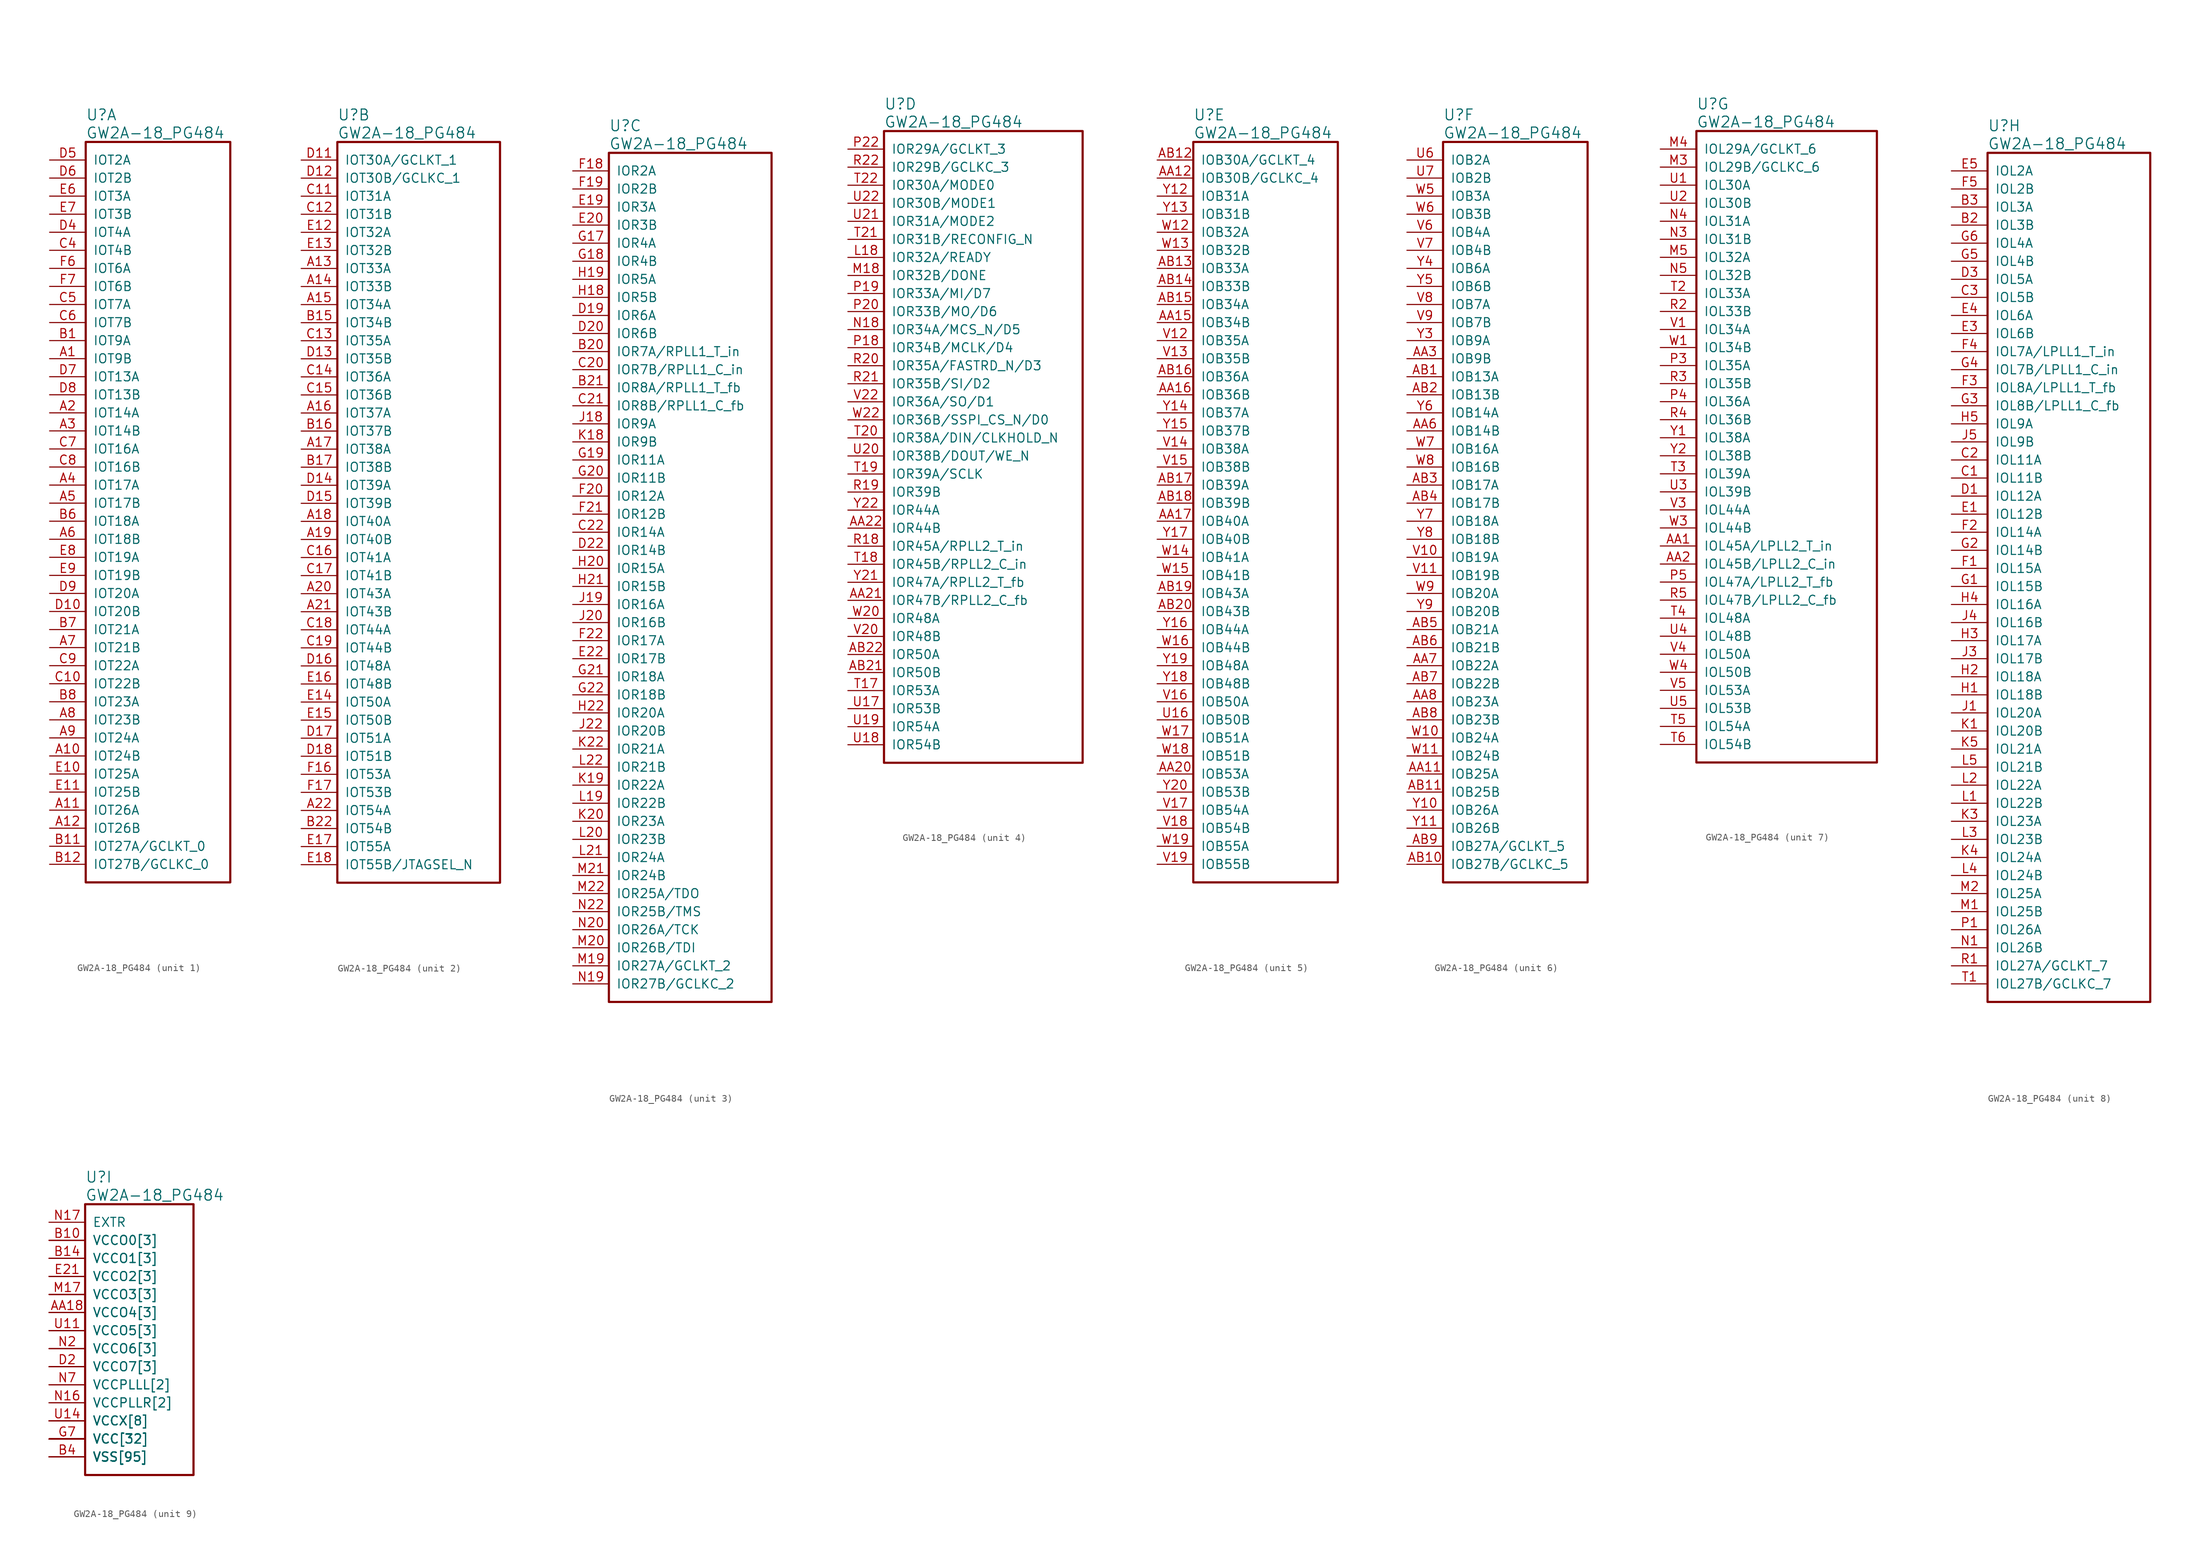
<source format=kicad_sym>
(kicad_symbol_lib
  (version 20211014)
  (generator kicad_symbol_editor)
  (symbol "GW2A-18_PG484"
    (pin_names
      (offset 1.016))
    (property "Reference" "U"
      (at 5.08 6.35 0)
      (effects (font (size 1.524 1.524)) (justify left)))
    (property "Value" "GW2A-18_PG484"
      (at 5.08 3.81 0)
      (effects (font (size 1.524 1.524)) (justify left)))
    (property "ki_locked" ""
      (at 0 0 0)
      (effects (font (size 1.27 1.27))))
    (symbol "GW2A-18_PG484_1_1"
      (rectangle (start 5.08 2.54) (end 25.4 -101.6) (stroke (width 0.305) (type default) (color 0 0 0 0)) (fill (type none)))
      (pin bidirectional line (at 0 -27.94 0) (length 5.08) (name "IOT9B" (effects (font (size 1.27 1.27)))) (number "A1" (effects (font (size 1.27 1.27)))))
      (pin bidirectional line (at 0 -83.82 0) (length 5.08) (name "IOT24B" (effects (font (size 1.27 1.27)))) (number "A10" (effects (font (size 1.27 1.27)))))
      (pin bidirectional line (at 0 -91.44 0) (length 5.08) (name "IOT26A" (effects (font (size 1.27 1.27)))) (number "A11" (effects (font (size 1.27 1.27)))))
      (pin bidirectional line (at 0 -93.98 0) (length 5.08) (name "IOT26B" (effects (font (size 1.27 1.27)))) (number "A12" (effects (font (size 1.27 1.27)))))
      (pin bidirectional line (at 0 -35.56 0) (length 5.08) (name "IOT14A" (effects (font (size 1.27 1.27)))) (number "A2" (effects (font (size 1.27 1.27)))))
      (pin bidirectional line (at 0 -38.1 0) (length 5.08) (name "IOT14B" (effects (font (size 1.27 1.27)))) (number "A3" (effects (font (size 1.27 1.27)))))
      (pin bidirectional line (at 0 -45.72 0) (length 5.08) (name "IOT17A" (effects (font (size 1.27 1.27)))) (number "A4" (effects (font (size 1.27 1.27)))))
      (pin bidirectional line (at 0 -48.26 0) (length 5.08) (name "IOT17B" (effects (font (size 1.27 1.27)))) (number "A5" (effects (font (size 1.27 1.27)))))
      (pin bidirectional line (at 0 -53.34 0) (length 5.08) (name "IOT18B" (effects (font (size 1.27 1.27)))) (number "A6" (effects (font (size 1.27 1.27)))))
      (pin bidirectional line (at 0 -68.58 0) (length 5.08) (name "IOT21B" (effects (font (size 1.27 1.27)))) (number "A7" (effects (font (size 1.27 1.27)))))
      (pin bidirectional line (at 0 -78.74 0) (length 5.08) (name "IOT23B" (effects (font (size 1.27 1.27)))) (number "A8" (effects (font (size 1.27 1.27)))))
      (pin bidirectional line (at 0 -81.28 0) (length 5.08) (name "IOT24A" (effects (font (size 1.27 1.27)))) (number "A9" (effects (font (size 1.27 1.27)))))
      (pin bidirectional line (at 0 -25.4 0) (length 5.08) (name "IOT9A" (effects (font (size 1.27 1.27)))) (number "B1" (effects (font (size 1.27 1.27)))))
      (pin bidirectional line (at 0 -96.52 0) (length 5.08) (name "IOT27A/GCLKT_0" (effects (font (size 1.27 1.27)))) (number "B11" (effects (font (size 1.27 1.27)))))
      (pin bidirectional line (at 0 -99.06 0) (length 5.08) (name "IOT27B/GCLKC_0" (effects (font (size 1.27 1.27)))) (number "B12" (effects (font (size 1.27 1.27)))))
      (pin bidirectional line (at 0 -50.8 0) (length 5.08) (name "IOT18A" (effects (font (size 1.27 1.27)))) (number "B6" (effects (font (size 1.27 1.27)))))
      (pin bidirectional line (at 0 -66.04 0) (length 5.08) (name "IOT21A" (effects (font (size 1.27 1.27)))) (number "B7" (effects (font (size 1.27 1.27)))))
      (pin bidirectional line (at 0 -76.2 0) (length 5.08) (name "IOT23A" (effects (font (size 1.27 1.27)))) (number "B8" (effects (font (size 1.27 1.27)))))
      (pin bidirectional line (at 0 -73.66 0) (length 5.08) (name "IOT22B" (effects (font (size 1.27 1.27)))) (number "C10" (effects (font (size 1.27 1.27)))))
      (pin bidirectional line (at 0 -12.7 0) (length 5.08) (name "IOT4B" (effects (font (size 1.27 1.27)))) (number "C4" (effects (font (size 1.27 1.27)))))
      (pin bidirectional line (at 0 -20.32 0) (length 5.08) (name "IOT7A" (effects (font (size 1.27 1.27)))) (number "C5" (effects (font (size 1.27 1.27)))))
      (pin bidirectional line (at 0 -22.86 0) (length 5.08) (name "IOT7B" (effects (font (size 1.27 1.27)))) (number "C6" (effects (font (size 1.27 1.27)))))
      (pin bidirectional line (at 0 -40.64 0) (length 5.08) (name "IOT16A" (effects (font (size 1.27 1.27)))) (number "C7" (effects (font (size 1.27 1.27)))))
      (pin bidirectional line (at 0 -43.18 0) (length 5.08) (name "IOT16B" (effects (font (size 1.27 1.27)))) (number "C8" (effects (font (size 1.27 1.27)))))
      (pin bidirectional line (at 0 -71.12 0) (length 5.08) (name "IOT22A" (effects (font (size 1.27 1.27)))) (number "C9" (effects (font (size 1.27 1.27)))))
      (pin bidirectional line (at 0 -63.5 0) (length 5.08) (name "IOT20B" (effects (font (size 1.27 1.27)))) (number "D10" (effects (font (size 1.27 1.27)))))
      (pin bidirectional line (at 0 -10.16 0) (length 5.08) (name "IOT4A" (effects (font (size 1.27 1.27)))) (number "D4" (effects (font (size 1.27 1.27)))))
      (pin bidirectional line (at 0 0 0) (length 5.08) (name "IOT2A" (effects (font (size 1.27 1.27)))) (number "D5" (effects (font (size 1.27 1.27)))))
      (pin bidirectional line (at 0 -2.54 0) (length 5.08) (name "IOT2B" (effects (font (size 1.27 1.27)))) (number "D6" (effects (font (size 1.27 1.27)))))
      (pin bidirectional line (at 0 -30.48 0) (length 5.08) (name "IOT13A" (effects (font (size 1.27 1.27)))) (number "D7" (effects (font (size 1.27 1.27)))))
      (pin bidirectional line (at 0 -33.02 0) (length 5.08) (name "IOT13B" (effects (font (size 1.27 1.27)))) (number "D8" (effects (font (size 1.27 1.27)))))
      (pin bidirectional line (at 0 -60.96 0) (length 5.08) (name "IOT20A" (effects (font (size 1.27 1.27)))) (number "D9" (effects (font (size 1.27 1.27)))))
      (pin bidirectional line (at 0 -86.36 0) (length 5.08) (name "IOT25A" (effects (font (size 1.27 1.27)))) (number "E10" (effects (font (size 1.27 1.27)))))
      (pin bidirectional line (at 0 -88.9 0) (length 5.08) (name "IOT25B" (effects (font (size 1.27 1.27)))) (number "E11" (effects (font (size 1.27 1.27)))))
      (pin bidirectional line (at 0 -5.08 0) (length 5.08) (name "IOT3A" (effects (font (size 1.27 1.27)))) (number "E6" (effects (font (size 1.27 1.27)))))
      (pin bidirectional line (at 0 -7.62 0) (length 5.08) (name "IOT3B" (effects (font (size 1.27 1.27)))) (number "E7" (effects (font (size 1.27 1.27)))))
      (pin bidirectional line (at 0 -55.88 0) (length 5.08) (name "IOT19A" (effects (font (size 1.27 1.27)))) (number "E8" (effects (font (size 1.27 1.27)))))
      (pin bidirectional line (at 0 -58.42 0) (length 5.08) (name "IOT19B" (effects (font (size 1.27 1.27)))) (number "E9" (effects (font (size 1.27 1.27)))))
      (pin bidirectional line (at 0 -15.24 0) (length 5.08) (name "IOT6A" (effects (font (size 1.27 1.27)))) (number "F6" (effects (font (size 1.27 1.27)))))
      (pin bidirectional line (at 0 -17.78 0) (length 5.08) (name "IOT6B" (effects (font (size 1.27 1.27)))) (number "F7" (effects (font (size 1.27 1.27))))))
    (symbol "GW2A-18_PG484_2_1"
      (rectangle (start 5.08 2.54) (end 27.94 -101.6) (stroke (width 0.305) (type default) (color 0 0 0 0)) (fill (type none)))
      (pin bidirectional line (at 0 -15.24 0) (length 5.08) (name "IOT33A" (effects (font (size 1.27 1.27)))) (number "A13" (effects (font (size 1.27 1.27)))))
      (pin bidirectional line (at 0 -17.78 0) (length 5.08) (name "IOT33B" (effects (font (size 1.27 1.27)))) (number "A14" (effects (font (size 1.27 1.27)))))
      (pin bidirectional line (at 0 -20.32 0) (length 5.08) (name "IOT34A" (effects (font (size 1.27 1.27)))) (number "A15" (effects (font (size 1.27 1.27)))))
      (pin bidirectional line (at 0 -35.56 0) (length 5.08) (name "IOT37A" (effects (font (size 1.27 1.27)))) (number "A16" (effects (font (size 1.27 1.27)))))
      (pin bidirectional line (at 0 -40.64 0) (length 5.08) (name "IOT38A" (effects (font (size 1.27 1.27)))) (number "A17" (effects (font (size 1.27 1.27)))))
      (pin bidirectional line (at 0 -50.8 0) (length 5.08) (name "IOT40A" (effects (font (size 1.27 1.27)))) (number "A18" (effects (font (size 1.27 1.27)))))
      (pin bidirectional line (at 0 -53.34 0) (length 5.08) (name "IOT40B" (effects (font (size 1.27 1.27)))) (number "A19" (effects (font (size 1.27 1.27)))))
      (pin bidirectional line (at 0 -60.96 0) (length 5.08) (name "IOT43A" (effects (font (size 1.27 1.27)))) (number "A20" (effects (font (size 1.27 1.27)))))
      (pin bidirectional line (at 0 -63.5 0) (length 5.08) (name "IOT43B" (effects (font (size 1.27 1.27)))) (number "A21" (effects (font (size 1.27 1.27)))))
      (pin bidirectional line (at 0 -91.44 0) (length 5.08) (name "IOT54A" (effects (font (size 1.27 1.27)))) (number "A22" (effects (font (size 1.27 1.27)))))
      (pin bidirectional line (at 0 -22.86 0) (length 5.08) (name "IOT34B" (effects (font (size 1.27 1.27)))) (number "B15" (effects (font (size 1.27 1.27)))))
      (pin bidirectional line (at 0 -38.1 0) (length 5.08) (name "IOT37B" (effects (font (size 1.27 1.27)))) (number "B16" (effects (font (size 1.27 1.27)))))
      (pin bidirectional line (at 0 -43.18 0) (length 5.08) (name "IOT38B" (effects (font (size 1.27 1.27)))) (number "B17" (effects (font (size 1.27 1.27)))))
      (pin bidirectional line (at 0 -93.98 0) (length 5.08) (name "IOT54B" (effects (font (size 1.27 1.27)))) (number "B22" (effects (font (size 1.27 1.27)))))
      (pin bidirectional line (at 0 -5.08 0) (length 5.08) (name "IOT31A" (effects (font (size 1.27 1.27)))) (number "C11" (effects (font (size 1.27 1.27)))))
      (pin bidirectional line (at 0 -7.62 0) (length 5.08) (name "IOT31B" (effects (font (size 1.27 1.27)))) (number "C12" (effects (font (size 1.27 1.27)))))
      (pin bidirectional line (at 0 -25.4 0) (length 5.08) (name "IOT35A" (effects (font (size 1.27 1.27)))) (number "C13" (effects (font (size 1.27 1.27)))))
      (pin bidirectional line (at 0 -30.48 0) (length 5.08) (name "IOT36A" (effects (font (size 1.27 1.27)))) (number "C14" (effects (font (size 1.27 1.27)))))
      (pin bidirectional line (at 0 -33.02 0) (length 5.08) (name "IOT36B" (effects (font (size 1.27 1.27)))) (number "C15" (effects (font (size 1.27 1.27)))))
      (pin bidirectional line (at 0 -55.88 0) (length 5.08) (name "IOT41A" (effects (font (size 1.27 1.27)))) (number "C16" (effects (font (size 1.27 1.27)))))
      (pin bidirectional line (at 0 -58.42 0) (length 5.08) (name "IOT41B" (effects (font (size 1.27 1.27)))) (number "C17" (effects (font (size 1.27 1.27)))))
      (pin bidirectional line (at 0 -66.04 0) (length 5.08) (name "IOT44A" (effects (font (size 1.27 1.27)))) (number "C18" (effects (font (size 1.27 1.27)))))
      (pin bidirectional line (at 0 -68.58 0) (length 5.08) (name "IOT44B" (effects (font (size 1.27 1.27)))) (number "C19" (effects (font (size 1.27 1.27)))))
      (pin bidirectional line (at 0 0 0) (length 5.08) (name "IOT30A/GCLKT_1" (effects (font (size 1.27 1.27)))) (number "D11" (effects (font (size 1.27 1.27)))))
      (pin bidirectional line (at 0 -2.54 0) (length 5.08) (name "IOT30B/GCLKC_1" (effects (font (size 1.27 1.27)))) (number "D12" (effects (font (size 1.27 1.27)))))
      (pin bidirectional line (at 0 -27.94 0) (length 5.08) (name "IOT35B" (effects (font (size 1.27 1.27)))) (number "D13" (effects (font (size 1.27 1.27)))))
      (pin bidirectional line (at 0 -45.72 0) (length 5.08) (name "IOT39A" (effects (font (size 1.27 1.27)))) (number "D14" (effects (font (size 1.27 1.27)))))
      (pin bidirectional line (at 0 -48.26 0) (length 5.08) (name "IOT39B" (effects (font (size 1.27 1.27)))) (number "D15" (effects (font (size 1.27 1.27)))))
      (pin bidirectional line (at 0 -71.12 0) (length 5.08) (name "IOT48A" (effects (font (size 1.27 1.27)))) (number "D16" (effects (font (size 1.27 1.27)))))
      (pin bidirectional line (at 0 -81.28 0) (length 5.08) (name "IOT51A" (effects (font (size 1.27 1.27)))) (number "D17" (effects (font (size 1.27 1.27)))))
      (pin bidirectional line (at 0 -83.82 0) (length 5.08) (name "IOT51B" (effects (font (size 1.27 1.27)))) (number "D18" (effects (font (size 1.27 1.27)))))
      (pin bidirectional line (at 0 -10.16 0) (length 5.08) (name "IOT32A" (effects (font (size 1.27 1.27)))) (number "E12" (effects (font (size 1.27 1.27)))))
      (pin bidirectional line (at 0 -12.7 0) (length 5.08) (name "IOT32B" (effects (font (size 1.27 1.27)))) (number "E13" (effects (font (size 1.27 1.27)))))
      (pin bidirectional line (at 0 -76.2 0) (length 5.08) (name "IOT50A" (effects (font (size 1.27 1.27)))) (number "E14" (effects (font (size 1.27 1.27)))))
      (pin bidirectional line (at 0 -78.74 0) (length 5.08) (name "IOT50B" (effects (font (size 1.27 1.27)))) (number "E15" (effects (font (size 1.27 1.27)))))
      (pin bidirectional line (at 0 -73.66 0) (length 5.08) (name "IOT48B" (effects (font (size 1.27 1.27)))) (number "E16" (effects (font (size 1.27 1.27)))))
      (pin bidirectional line (at 0 -96.52 0) (length 5.08) (name "IOT55A" (effects (font (size 1.27 1.27)))) (number "E17" (effects (font (size 1.27 1.27)))))
      (pin bidirectional line (at 0 -99.06 0) (length 5.08) (name "IOT55B/JTAGSEL_N" (effects (font (size 1.27 1.27)))) (number "E18" (effects (font (size 1.27 1.27)))))
      (pin bidirectional line (at 0 -86.36 0) (length 5.08) (name "IOT53A" (effects (font (size 1.27 1.27)))) (number "F16" (effects (font (size 1.27 1.27)))))
      (pin bidirectional line (at 0 -88.9 0) (length 5.08) (name "IOT53B" (effects (font (size 1.27 1.27)))) (number "F17" (effects (font (size 1.27 1.27))))))
    (symbol "GW2A-18_PG484_3_1"
      (rectangle (start 5.08 2.54) (end 27.94 -116.84) (stroke (width 0.305) (type default) (color 0 0 0 0)) (fill (type none)))
      (pin bidirectional line (at 0 -25.4 0) (length 5.08) (name "IOR7A/RPLL1_T_in" (effects (font (size 1.27 1.27)))) (number "B20" (effects (font (size 1.27 1.27)))))
      (pin bidirectional line (at 0 -30.48 0) (length 5.08) (name "IOR8A/RPLL1_T_fb" (effects (font (size 1.27 1.27)))) (number "B21" (effects (font (size 1.27 1.27)))))
      (pin bidirectional line (at 0 -27.94 0) (length 5.08) (name "IOR7B/RPLL1_C_in" (effects (font (size 1.27 1.27)))) (number "C20" (effects (font (size 1.27 1.27)))))
      (pin bidirectional line (at 0 -33.02 0) (length 5.08) (name "IOR8B/RPLL1_C_fb" (effects (font (size 1.27 1.27)))) (number "C21" (effects (font (size 1.27 1.27)))))
      (pin bidirectional line (at 0 -50.8 0) (length 5.08) (name "IOR14A" (effects (font (size 1.27 1.27)))) (number "C22" (effects (font (size 1.27 1.27)))))
      (pin bidirectional line (at 0 -20.32 0) (length 5.08) (name "IOR6A" (effects (font (size 1.27 1.27)))) (number "D19" (effects (font (size 1.27 1.27)))))
      (pin bidirectional line (at 0 -22.86 0) (length 5.08) (name "IOR6B" (effects (font (size 1.27 1.27)))) (number "D20" (effects (font (size 1.27 1.27)))))
      (pin bidirectional line (at 0 -53.34 0) (length 5.08) (name "IOR14B" (effects (font (size 1.27 1.27)))) (number "D22" (effects (font (size 1.27 1.27)))))
      (pin bidirectional line (at 0 -5.08 0) (length 5.08) (name "IOR3A" (effects (font (size 1.27 1.27)))) (number "E19" (effects (font (size 1.27 1.27)))))
      (pin bidirectional line (at 0 -7.62 0) (length 5.08) (name "IOR3B" (effects (font (size 1.27 1.27)))) (number "E20" (effects (font (size 1.27 1.27)))))
      (pin bidirectional line (at 0 -68.58 0) (length 5.08) (name "IOR17B" (effects (font (size 1.27 1.27)))) (number "E22" (effects (font (size 1.27 1.27)))))
      (pin bidirectional line (at 0 0 0) (length 5.08) (name "IOR2A" (effects (font (size 1.27 1.27)))) (number "F18" (effects (font (size 1.27 1.27)))))
      (pin bidirectional line (at 0 -2.54 0) (length 5.08) (name "IOR2B" (effects (font (size 1.27 1.27)))) (number "F19" (effects (font (size 1.27 1.27)))))
      (pin bidirectional line (at 0 -45.72 0) (length 5.08) (name "IOR12A" (effects (font (size 1.27 1.27)))) (number "F20" (effects (font (size 1.27 1.27)))))
      (pin bidirectional line (at 0 -48.26 0) (length 5.08) (name "IOR12B" (effects (font (size 1.27 1.27)))) (number "F21" (effects (font (size 1.27 1.27)))))
      (pin bidirectional line (at 0 -66.04 0) (length 5.08) (name "IOR17A" (effects (font (size 1.27 1.27)))) (number "F22" (effects (font (size 1.27 1.27)))))
      (pin bidirectional line (at 0 -10.16 0) (length 5.08) (name "IOR4A" (effects (font (size 1.27 1.27)))) (number "G17" (effects (font (size 1.27 1.27)))))
      (pin bidirectional line (at 0 -12.7 0) (length 5.08) (name "IOR4B" (effects (font (size 1.27 1.27)))) (number "G18" (effects (font (size 1.27 1.27)))))
      (pin bidirectional line (at 0 -40.64 0) (length 5.08) (name "IOR11A" (effects (font (size 1.27 1.27)))) (number "G19" (effects (font (size 1.27 1.27)))))
      (pin bidirectional line (at 0 -43.18 0) (length 5.08) (name "IOR11B" (effects (font (size 1.27 1.27)))) (number "G20" (effects (font (size 1.27 1.27)))))
      (pin bidirectional line (at 0 -71.12 0) (length 5.08) (name "IOR18A" (effects (font (size 1.27 1.27)))) (number "G21" (effects (font (size 1.27 1.27)))))
      (pin bidirectional line (at 0 -73.66 0) (length 5.08) (name "IOR18B" (effects (font (size 1.27 1.27)))) (number "G22" (effects (font (size 1.27 1.27)))))
      (pin bidirectional line (at 0 -17.78 0) (length 5.08) (name "IOR5B" (effects (font (size 1.27 1.27)))) (number "H18" (effects (font (size 1.27 1.27)))))
      (pin bidirectional line (at 0 -15.24 0) (length 5.08) (name "IOR5A" (effects (font (size 1.27 1.27)))) (number "H19" (effects (font (size 1.27 1.27)))))
      (pin bidirectional line (at 0 -55.88 0) (length 5.08) (name "IOR15A" (effects (font (size 1.27 1.27)))) (number "H20" (effects (font (size 1.27 1.27)))))
      (pin bidirectional line (at 0 -58.42 0) (length 5.08) (name "IOR15B" (effects (font (size 1.27 1.27)))) (number "H21" (effects (font (size 1.27 1.27)))))
      (pin bidirectional line (at 0 -76.2 0) (length 5.08) (name "IOR20A" (effects (font (size 1.27 1.27)))) (number "H22" (effects (font (size 1.27 1.27)))))
      (pin bidirectional line (at 0 -35.56 0) (length 5.08) (name "IOR9A" (effects (font (size 1.27 1.27)))) (number "J18" (effects (font (size 1.27 1.27)))))
      (pin bidirectional line (at 0 -60.96 0) (length 5.08) (name "IOR16A" (effects (font (size 1.27 1.27)))) (number "J19" (effects (font (size 1.27 1.27)))))
      (pin bidirectional line (at 0 -63.5 0) (length 5.08) (name "IOR16B" (effects (font (size 1.27 1.27)))) (number "J20" (effects (font (size 1.27 1.27)))))
      (pin bidirectional line (at 0 -78.74 0) (length 5.08) (name "IOR20B" (effects (font (size 1.27 1.27)))) (number "J22" (effects (font (size 1.27 1.27)))))
      (pin bidirectional line (at 0 -38.1 0) (length 5.08) (name "IOR9B" (effects (font (size 1.27 1.27)))) (number "K18" (effects (font (size 1.27 1.27)))))
      (pin bidirectional line (at 0 -86.36 0) (length 5.08) (name "IOR22A" (effects (font (size 1.27 1.27)))) (number "K19" (effects (font (size 1.27 1.27)))))
      (pin bidirectional line (at 0 -91.44 0) (length 5.08) (name "IOR23A" (effects (font (size 1.27 1.27)))) (number "K20" (effects (font (size 1.27 1.27)))))
      (pin bidirectional line (at 0 -81.28 0) (length 5.08) (name "IOR21A" (effects (font (size 1.27 1.27)))) (number "K22" (effects (font (size 1.27 1.27)))))
      (pin bidirectional line (at 0 -88.9 0) (length 5.08) (name "IOR22B" (effects (font (size 1.27 1.27)))) (number "L19" (effects (font (size 1.27 1.27)))))
      (pin bidirectional line (at 0 -93.98 0) (length 5.08) (name "IOR23B" (effects (font (size 1.27 1.27)))) (number "L20" (effects (font (size 1.27 1.27)))))
      (pin bidirectional line (at 0 -96.52 0) (length 5.08) (name "IOR24A" (effects (font (size 1.27 1.27)))) (number "L21" (effects (font (size 1.27 1.27)))))
      (pin bidirectional line (at 0 -83.82 0) (length 5.08) (name "IOR21B" (effects (font (size 1.27 1.27)))) (number "L22" (effects (font (size 1.27 1.27)))))
      (pin bidirectional line (at 0 -111.76 0) (length 5.08) (name "IOR27A/GCLKT_2" (effects (font (size 1.27 1.27)))) (number "M19" (effects (font (size 1.27 1.27)))))
      (pin bidirectional line (at 0 -109.22 0) (length 5.08) (name "IOR26B/TDI" (effects (font (size 1.27 1.27)))) (number "M20" (effects (font (size 1.27 1.27)))))
      (pin bidirectional line (at 0 -99.06 0) (length 5.08) (name "IOR24B" (effects (font (size 1.27 1.27)))) (number "M21" (effects (font (size 1.27 1.27)))))
      (pin bidirectional line (at 0 -101.6 0) (length 5.08) (name "IOR25A/TDO" (effects (font (size 1.27 1.27)))) (number "M22" (effects (font (size 1.27 1.27)))))
      (pin bidirectional line (at 0 -114.3 0) (length 5.08) (name "IOR27B/GCLKC_2" (effects (font (size 1.27 1.27)))) (number "N19" (effects (font (size 1.27 1.27)))))
      (pin bidirectional line (at 0 -106.68 0) (length 5.08) (name "IOR26A/TCK" (effects (font (size 1.27 1.27)))) (number "N20" (effects (font (size 1.27 1.27)))))
      (pin bidirectional line (at 0 -104.14 0) (length 5.08) (name "IOR25B/TMS" (effects (font (size 1.27 1.27)))) (number "N22" (effects (font (size 1.27 1.27))))))
    (symbol "GW2A-18_PG484_4_1"
      (rectangle (start 5.08 2.54) (end 33.02 -86.36) (stroke (width 0.305) (type default) (color 0 0 0 0)) (fill (type none)))
      (pin bidirectional line (at 0 -63.5 0) (length 5.08) (name "IOR47B/RPLL2_C_fb" (effects (font (size 1.27 1.27)))) (number "AA21" (effects (font (size 1.27 1.27)))))
      (pin bidirectional line (at 0 -53.34 0) (length 5.08) (name "IOR44B" (effects (font (size 1.27 1.27)))) (number "AA22" (effects (font (size 1.27 1.27)))))
      (pin bidirectional line (at 0 -73.66 0) (length 5.08) (name "IOR50B" (effects (font (size 1.27 1.27)))) (number "AB21" (effects (font (size 1.27 1.27)))))
      (pin bidirectional line (at 0 -71.12 0) (length 5.08) (name "IOR50A" (effects (font (size 1.27 1.27)))) (number "AB22" (effects (font (size 1.27 1.27)))))
      (pin bidirectional line (at 0 -15.24 0) (length 5.08) (name "IOR32A/READY" (effects (font (size 1.27 1.27)))) (number "L18" (effects (font (size 1.27 1.27)))))
      (pin bidirectional line (at 0 -17.78 0) (length 5.08) (name "IOR32B/DONE" (effects (font (size 1.27 1.27)))) (number "M18" (effects (font (size 1.27 1.27)))))
      (pin bidirectional line (at 0 -25.4 0) (length 5.08) (name "IOR34A/MCS_N/D5" (effects (font (size 1.27 1.27)))) (number "N18" (effects (font (size 1.27 1.27)))))
      (pin bidirectional line (at 0 -27.94 0) (length 5.08) (name "IOR34B/MCLK/D4" (effects (font (size 1.27 1.27)))) (number "P18" (effects (font (size 1.27 1.27)))))
      (pin bidirectional line (at 0 -20.32 0) (length 5.08) (name "IOR33A/MI/D7" (effects (font (size 1.27 1.27)))) (number "P19" (effects (font (size 1.27 1.27)))))
      (pin bidirectional line (at 0 -22.86 0) (length 5.08) (name "IOR33B/MO/D6" (effects (font (size 1.27 1.27)))) (number "P20" (effects (font (size 1.27 1.27)))))
      (pin bidirectional line (at 0 0 0) (length 5.08) (name "IOR29A/GCLKT_3" (effects (font (size 1.27 1.27)))) (number "P22" (effects (font (size 1.27 1.27)))))
      (pin bidirectional line (at 0 -55.88 0) (length 5.08) (name "IOR45A/RPLL2_T_in" (effects (font (size 1.27 1.27)))) (number "R18" (effects (font (size 1.27 1.27)))))
      (pin bidirectional line (at 0 -48.26 0) (length 5.08) (name "IOR39B" (effects (font (size 1.27 1.27)))) (number "R19" (effects (font (size 1.27 1.27)))))
      (pin bidirectional line (at 0 -30.48 0) (length 5.08) (name "IOR35A/FASTRD_N/D3" (effects (font (size 1.27 1.27)))) (number "R20" (effects (font (size 1.27 1.27)))))
      (pin bidirectional line (at 0 -33.02 0) (length 5.08) (name "IOR35B/SI/D2" (effects (font (size 1.27 1.27)))) (number "R21" (effects (font (size 1.27 1.27)))))
      (pin bidirectional line (at 0 -2.54 0) (length 5.08) (name "IOR29B/GCLKC_3" (effects (font (size 1.27 1.27)))) (number "R22" (effects (font (size 1.27 1.27)))))
      (pin bidirectional line (at 0 -76.2 0) (length 5.08) (name "IOR53A" (effects (font (size 1.27 1.27)))) (number "T17" (effects (font (size 1.27 1.27)))))
      (pin bidirectional line (at 0 -58.42 0) (length 5.08) (name "IOR45B/RPLL2_C_in" (effects (font (size 1.27 1.27)))) (number "T18" (effects (font (size 1.27 1.27)))))
      (pin bidirectional line (at 0 -45.72 0) (length 5.08) (name "IOR39A/SCLK" (effects (font (size 1.27 1.27)))) (number "T19" (effects (font (size 1.27 1.27)))))
      (pin bidirectional line (at 0 -40.64 0) (length 5.08) (name "IOR38A/DIN/CLKHOLD_N" (effects (font (size 1.27 1.27)))) (number "T20" (effects (font (size 1.27 1.27)))))
      (pin bidirectional line (at 0 -12.7 0) (length 5.08) (name "IOR31B/RECONFIG_N" (effects (font (size 1.27 1.27)))) (number "T21" (effects (font (size 1.27 1.27)))))
      (pin bidirectional line (at 0 -5.08 0) (length 5.08) (name "IOR30A/MODE0" (effects (font (size 1.27 1.27)))) (number "T22" (effects (font (size 1.27 1.27)))))
      (pin bidirectional line (at 0 -78.74 0) (length 5.08) (name "IOR53B" (effects (font (size 1.27 1.27)))) (number "U17" (effects (font (size 1.27 1.27)))))
      (pin bidirectional line (at 0 -83.82 0) (length 5.08) (name "IOR54B" (effects (font (size 1.27 1.27)))) (number "U18" (effects (font (size 1.27 1.27)))))
      (pin bidirectional line (at 0 -81.28 0) (length 5.08) (name "IOR54A" (effects (font (size 1.27 1.27)))) (number "U19" (effects (font (size 1.27 1.27)))))
      (pin bidirectional line (at 0 -43.18 0) (length 5.08) (name "IOR38B/DOUT/WE_N" (effects (font (size 1.27 1.27)))) (number "U20" (effects (font (size 1.27 1.27)))))
      (pin bidirectional line (at 0 -10.16 0) (length 5.08) (name "IOR31A/MODE2" (effects (font (size 1.27 1.27)))) (number "U21" (effects (font (size 1.27 1.27)))))
      (pin bidirectional line (at 0 -7.62 0) (length 5.08) (name "IOR30B/MODE1" (effects (font (size 1.27 1.27)))) (number "U22" (effects (font (size 1.27 1.27)))))
      (pin bidirectional line (at 0 -68.58 0) (length 5.08) (name "IOR48B" (effects (font (size 1.27 1.27)))) (number "V20" (effects (font (size 1.27 1.27)))))
      (pin bidirectional line (at 0 -35.56 0) (length 5.08) (name "IOR36A/SO/D1" (effects (font (size 1.27 1.27)))) (number "V22" (effects (font (size 1.27 1.27)))))
      (pin bidirectional line (at 0 -66.04 0) (length 5.08) (name "IOR48A" (effects (font (size 1.27 1.27)))) (number "W20" (effects (font (size 1.27 1.27)))))
      (pin bidirectional line (at 0 -38.1 0) (length 5.08) (name "IOR36B/SSPI_CS_N/D0" (effects (font (size 1.27 1.27)))) (number "W22" (effects (font (size 1.27 1.27)))))
      (pin bidirectional line (at 0 -60.96 0) (length 5.08) (name "IOR47A/RPLL2_T_fb" (effects (font (size 1.27 1.27)))) (number "Y21" (effects (font (size 1.27 1.27)))))
      (pin bidirectional line (at 0 -50.8 0) (length 5.08) (name "IOR44A" (effects (font (size 1.27 1.27)))) (number "Y22" (effects (font (size 1.27 1.27))))))
    (symbol "GW2A-18_PG484_5_1"
      (rectangle (start 5.08 2.54) (end 25.4 -101.6) (stroke (width 0.305) (type default) (color 0 0 0 0)) (fill (type none)))
      (pin bidirectional line (at 0 -2.54 0) (length 5.08) (name "IOB30B/GCLKC_4" (effects (font (size 1.27 1.27)))) (number "AA12" (effects (font (size 1.27 1.27)))))
      (pin bidirectional line (at 0 -22.86 0) (length 5.08) (name "IOB34B" (effects (font (size 1.27 1.27)))) (number "AA15" (effects (font (size 1.27 1.27)))))
      (pin bidirectional line (at 0 -33.02 0) (length 5.08) (name "IOB36B" (effects (font (size 1.27 1.27)))) (number "AA16" (effects (font (size 1.27 1.27)))))
      (pin bidirectional line (at 0 -50.8 0) (length 5.08) (name "IOB40A" (effects (font (size 1.27 1.27)))) (number "AA17" (effects (font (size 1.27 1.27)))))
      (pin bidirectional line (at 0 -86.36 0) (length 5.08) (name "IOB53A" (effects (font (size 1.27 1.27)))) (number "AA20" (effects (font (size 1.27 1.27)))))
      (pin bidirectional line (at 0 0 0) (length 5.08) (name "IOB30A/GCLKT_4" (effects (font (size 1.27 1.27)))) (number "AB12" (effects (font (size 1.27 1.27)))))
      (pin bidirectional line (at 0 -15.24 0) (length 5.08) (name "IOB33A" (effects (font (size 1.27 1.27)))) (number "AB13" (effects (font (size 1.27 1.27)))))
      (pin bidirectional line (at 0 -17.78 0) (length 5.08) (name "IOB33B" (effects (font (size 1.27 1.27)))) (number "AB14" (effects (font (size 1.27 1.27)))))
      (pin bidirectional line (at 0 -20.32 0) (length 5.08) (name "IOB34A" (effects (font (size 1.27 1.27)))) (number "AB15" (effects (font (size 1.27 1.27)))))
      (pin bidirectional line (at 0 -30.48 0) (length 5.08) (name "IOB36A" (effects (font (size 1.27 1.27)))) (number "AB16" (effects (font (size 1.27 1.27)))))
      (pin bidirectional line (at 0 -45.72 0) (length 5.08) (name "IOB39A" (effects (font (size 1.27 1.27)))) (number "AB17" (effects (font (size 1.27 1.27)))))
      (pin bidirectional line (at 0 -48.26 0) (length 5.08) (name "IOB39B" (effects (font (size 1.27 1.27)))) (number "AB18" (effects (font (size 1.27 1.27)))))
      (pin bidirectional line (at 0 -60.96 0) (length 5.08) (name "IOB43A" (effects (font (size 1.27 1.27)))) (number "AB19" (effects (font (size 1.27 1.27)))))
      (pin bidirectional line (at 0 -63.5 0) (length 5.08) (name "IOB43B" (effects (font (size 1.27 1.27)))) (number "AB20" (effects (font (size 1.27 1.27)))))
      (pin bidirectional line (at 0 -78.74 0) (length 5.08) (name "IOB50B" (effects (font (size 1.27 1.27)))) (number "U16" (effects (font (size 1.27 1.27)))))
      (pin bidirectional line (at 0 -25.4 0) (length 5.08) (name "IOB35A" (effects (font (size 1.27 1.27)))) (number "V12" (effects (font (size 1.27 1.27)))))
      (pin bidirectional line (at 0 -27.94 0) (length 5.08) (name "IOB35B" (effects (font (size 1.27 1.27)))) (number "V13" (effects (font (size 1.27 1.27)))))
      (pin bidirectional line (at 0 -40.64 0) (length 5.08) (name "IOB38A" (effects (font (size 1.27 1.27)))) (number "V14" (effects (font (size 1.27 1.27)))))
      (pin bidirectional line (at 0 -43.18 0) (length 5.08) (name "IOB38B" (effects (font (size 1.27 1.27)))) (number "V15" (effects (font (size 1.27 1.27)))))
      (pin bidirectional line (at 0 -76.2 0) (length 5.08) (name "IOB50A" (effects (font (size 1.27 1.27)))) (number "V16" (effects (font (size 1.27 1.27)))))
      (pin bidirectional line (at 0 -91.44 0) (length 5.08) (name "IOB54A" (effects (font (size 1.27 1.27)))) (number "V17" (effects (font (size 1.27 1.27)))))
      (pin bidirectional line (at 0 -93.98 0) (length 5.08) (name "IOB54B" (effects (font (size 1.27 1.27)))) (number "V18" (effects (font (size 1.27 1.27)))))
      (pin bidirectional line (at 0 -99.06 0) (length 5.08) (name "IOB55B" (effects (font (size 1.27 1.27)))) (number "V19" (effects (font (size 1.27 1.27)))))
      (pin bidirectional line (at 0 -10.16 0) (length 5.08) (name "IOB32A" (effects (font (size 1.27 1.27)))) (number "W12" (effects (font (size 1.27 1.27)))))
      (pin bidirectional line (at 0 -12.7 0) (length 5.08) (name "IOB32B" (effects (font (size 1.27 1.27)))) (number "W13" (effects (font (size 1.27 1.27)))))
      (pin bidirectional line (at 0 -55.88 0) (length 5.08) (name "IOB41A" (effects (font (size 1.27 1.27)))) (number "W14" (effects (font (size 1.27 1.27)))))
      (pin bidirectional line (at 0 -58.42 0) (length 5.08) (name "IOB41B" (effects (font (size 1.27 1.27)))) (number "W15" (effects (font (size 1.27 1.27)))))
      (pin bidirectional line (at 0 -68.58 0) (length 5.08) (name "IOB44B" (effects (font (size 1.27 1.27)))) (number "W16" (effects (font (size 1.27 1.27)))))
      (pin bidirectional line (at 0 -81.28 0) (length 5.08) (name "IOB51A" (effects (font (size 1.27 1.27)))) (number "W17" (effects (font (size 1.27 1.27)))))
      (pin bidirectional line (at 0 -83.82 0) (length 5.08) (name "IOB51B" (effects (font (size 1.27 1.27)))) (number "W18" (effects (font (size 1.27 1.27)))))
      (pin bidirectional line (at 0 -96.52 0) (length 5.08) (name "IOB55A" (effects (font (size 1.27 1.27)))) (number "W19" (effects (font (size 1.27 1.27)))))
      (pin bidirectional line (at 0 -5.08 0) (length 5.08) (name "IOB31A" (effects (font (size 1.27 1.27)))) (number "Y12" (effects (font (size 1.27 1.27)))))
      (pin bidirectional line (at 0 -7.62 0) (length 5.08) (name "IOB31B" (effects (font (size 1.27 1.27)))) (number "Y13" (effects (font (size 1.27 1.27)))))
      (pin bidirectional line (at 0 -35.56 0) (length 5.08) (name "IOB37A" (effects (font (size 1.27 1.27)))) (number "Y14" (effects (font (size 1.27 1.27)))))
      (pin bidirectional line (at 0 -38.1 0) (length 5.08) (name "IOB37B" (effects (font (size 1.27 1.27)))) (number "Y15" (effects (font (size 1.27 1.27)))))
      (pin bidirectional line (at 0 -66.04 0) (length 5.08) (name "IOB44A" (effects (font (size 1.27 1.27)))) (number "Y16" (effects (font (size 1.27 1.27)))))
      (pin bidirectional line (at 0 -53.34 0) (length 5.08) (name "IOB40B" (effects (font (size 1.27 1.27)))) (number "Y17" (effects (font (size 1.27 1.27)))))
      (pin bidirectional line (at 0 -73.66 0) (length 5.08) (name "IOB48B" (effects (font (size 1.27 1.27)))) (number "Y18" (effects (font (size 1.27 1.27)))))
      (pin bidirectional line (at 0 -71.12 0) (length 5.08) (name "IOB48A" (effects (font (size 1.27 1.27)))) (number "Y19" (effects (font (size 1.27 1.27)))))
      (pin bidirectional line (at 0 -88.9 0) (length 5.08) (name "IOB53B" (effects (font (size 1.27 1.27)))) (number "Y20" (effects (font (size 1.27 1.27))))))
    (symbol "GW2A-18_PG484_6_1"
      (rectangle (start 5.08 2.54) (end 25.4 -101.6) (stroke (width 0.305) (type default) (color 0 0 0 0)) (fill (type none)))
      (pin bidirectional line (at 0 -86.36 0) (length 5.08) (name "IOB25A" (effects (font (size 1.27 1.27)))) (number "AA11" (effects (font (size 1.27 1.27)))))
      (pin bidirectional line (at 0 -27.94 0) (length 5.08) (name "IOB9B" (effects (font (size 1.27 1.27)))) (number "AA3" (effects (font (size 1.27 1.27)))))
      (pin bidirectional line (at 0 -38.1 0) (length 5.08) (name "IOB14B" (effects (font (size 1.27 1.27)))) (number "AA6" (effects (font (size 1.27 1.27)))))
      (pin bidirectional line (at 0 -71.12 0) (length 5.08) (name "IOB22A" (effects (font (size 1.27 1.27)))) (number "AA7" (effects (font (size 1.27 1.27)))))
      (pin bidirectional line (at 0 -76.2 0) (length 5.08) (name "IOB23A" (effects (font (size 1.27 1.27)))) (number "AA8" (effects (font (size 1.27 1.27)))))
      (pin bidirectional line (at 0 -30.48 0) (length 5.08) (name "IOB13A" (effects (font (size 1.27 1.27)))) (number "AB1" (effects (font (size 1.27 1.27)))))
      (pin bidirectional line (at 0 -99.06 0) (length 5.08) (name "IOB27B/GCLKC_5" (effects (font (size 1.27 1.27)))) (number "AB10" (effects (font (size 1.27 1.27)))))
      (pin bidirectional line (at 0 -88.9 0) (length 5.08) (name "IOB25B" (effects (font (size 1.27 1.27)))) (number "AB11" (effects (font (size 1.27 1.27)))))
      (pin bidirectional line (at 0 -33.02 0) (length 5.08) (name "IOB13B" (effects (font (size 1.27 1.27)))) (number "AB2" (effects (font (size 1.27 1.27)))))
      (pin bidirectional line (at 0 -45.72 0) (length 5.08) (name "IOB17A" (effects (font (size 1.27 1.27)))) (number "AB3" (effects (font (size 1.27 1.27)))))
      (pin bidirectional line (at 0 -48.26 0) (length 5.08) (name "IOB17B" (effects (font (size 1.27 1.27)))) (number "AB4" (effects (font (size 1.27 1.27)))))
      (pin bidirectional line (at 0 -66.04 0) (length 5.08) (name "IOB21A" (effects (font (size 1.27 1.27)))) (number "AB5" (effects (font (size 1.27 1.27)))))
      (pin bidirectional line (at 0 -68.58 0) (length 5.08) (name "IOB21B" (effects (font (size 1.27 1.27)))) (number "AB6" (effects (font (size 1.27 1.27)))))
      (pin bidirectional line (at 0 -73.66 0) (length 5.08) (name "IOB22B" (effects (font (size 1.27 1.27)))) (number "AB7" (effects (font (size 1.27 1.27)))))
      (pin bidirectional line (at 0 -78.74 0) (length 5.08) (name "IOB23B" (effects (font (size 1.27 1.27)))) (number "AB8" (effects (font (size 1.27 1.27)))))
      (pin bidirectional line (at 0 -96.52 0) (length 5.08) (name "IOB27A/GCLKT_5" (effects (font (size 1.27 1.27)))) (number "AB9" (effects (font (size 1.27 1.27)))))
      (pin bidirectional line (at 0 0 0) (length 5.08) (name "IOB2A" (effects (font (size 1.27 1.27)))) (number "U6" (effects (font (size 1.27 1.27)))))
      (pin bidirectional line (at 0 -2.54 0) (length 5.08) (name "IOB2B" (effects (font (size 1.27 1.27)))) (number "U7" (effects (font (size 1.27 1.27)))))
      (pin bidirectional line (at 0 -55.88 0) (length 5.08) (name "IOB19A" (effects (font (size 1.27 1.27)))) (number "V10" (effects (font (size 1.27 1.27)))))
      (pin bidirectional line (at 0 -58.42 0) (length 5.08) (name "IOB19B" (effects (font (size 1.27 1.27)))) (number "V11" (effects (font (size 1.27 1.27)))))
      (pin bidirectional line (at 0 -10.16 0) (length 5.08) (name "IOB4A" (effects (font (size 1.27 1.27)))) (number "V6" (effects (font (size 1.27 1.27)))))
      (pin bidirectional line (at 0 -12.7 0) (length 5.08) (name "IOB4B" (effects (font (size 1.27 1.27)))) (number "V7" (effects (font (size 1.27 1.27)))))
      (pin bidirectional line (at 0 -20.32 0) (length 5.08) (name "IOB7A" (effects (font (size 1.27 1.27)))) (number "V8" (effects (font (size 1.27 1.27)))))
      (pin bidirectional line (at 0 -22.86 0) (length 5.08) (name "IOB7B" (effects (font (size 1.27 1.27)))) (number "V9" (effects (font (size 1.27 1.27)))))
      (pin bidirectional line (at 0 -81.28 0) (length 5.08) (name "IOB24A" (effects (font (size 1.27 1.27)))) (number "W10" (effects (font (size 1.27 1.27)))))
      (pin bidirectional line (at 0 -83.82 0) (length 5.08) (name "IOB24B" (effects (font (size 1.27 1.27)))) (number "W11" (effects (font (size 1.27 1.27)))))
      (pin bidirectional line (at 0 -5.08 0) (length 5.08) (name "IOB3A" (effects (font (size 1.27 1.27)))) (number "W5" (effects (font (size 1.27 1.27)))))
      (pin bidirectional line (at 0 -7.62 0) (length 5.08) (name "IOB3B" (effects (font (size 1.27 1.27)))) (number "W6" (effects (font (size 1.27 1.27)))))
      (pin bidirectional line (at 0 -40.64 0) (length 5.08) (name "IOB16A" (effects (font (size 1.27 1.27)))) (number "W7" (effects (font (size 1.27 1.27)))))
      (pin bidirectional line (at 0 -43.18 0) (length 5.08) (name "IOB16B" (effects (font (size 1.27 1.27)))) (number "W8" (effects (font (size 1.27 1.27)))))
      (pin bidirectional line (at 0 -60.96 0) (length 5.08) (name "IOB20A" (effects (font (size 1.27 1.27)))) (number "W9" (effects (font (size 1.27 1.27)))))
      (pin bidirectional line (at 0 -91.44 0) (length 5.08) (name "IOB26A" (effects (font (size 1.27 1.27)))) (number "Y10" (effects (font (size 1.27 1.27)))))
      (pin bidirectional line (at 0 -93.98 0) (length 5.08) (name "IOB26B" (effects (font (size 1.27 1.27)))) (number "Y11" (effects (font (size 1.27 1.27)))))
      (pin bidirectional line (at 0 -25.4 0) (length 5.08) (name "IOB9A" (effects (font (size 1.27 1.27)))) (number "Y3" (effects (font (size 1.27 1.27)))))
      (pin bidirectional line (at 0 -15.24 0) (length 5.08) (name "IOB6A" (effects (font (size 1.27 1.27)))) (number "Y4" (effects (font (size 1.27 1.27)))))
      (pin bidirectional line (at 0 -17.78 0) (length 5.08) (name "IOB6B" (effects (font (size 1.27 1.27)))) (number "Y5" (effects (font (size 1.27 1.27)))))
      (pin bidirectional line (at 0 -35.56 0) (length 5.08) (name "IOB14A" (effects (font (size 1.27 1.27)))) (number "Y6" (effects (font (size 1.27 1.27)))))
      (pin bidirectional line (at 0 -50.8 0) (length 5.08) (name "IOB18A" (effects (font (size 1.27 1.27)))) (number "Y7" (effects (font (size 1.27 1.27)))))
      (pin bidirectional line (at 0 -53.34 0) (length 5.08) (name "IOB18B" (effects (font (size 1.27 1.27)))) (number "Y8" (effects (font (size 1.27 1.27)))))
      (pin bidirectional line (at 0 -63.5 0) (length 5.08) (name "IOB20B" (effects (font (size 1.27 1.27)))) (number "Y9" (effects (font (size 1.27 1.27))))))
    (symbol "GW2A-18_PG484_7_1"
      (rectangle (start 5.08 2.54) (end 30.48 -86.36) (stroke (width 0.305) (type default) (color 0 0 0 0)) (fill (type none)))
      (pin bidirectional line (at 0 -55.88 0) (length 5.08) (name "IOL45A/LPLL2_T_in" (effects (font (size 1.27 1.27)))) (number "AA1" (effects (font (size 1.27 1.27)))))
      (pin bidirectional line (at 0 -58.42 0) (length 5.08) (name "IOL45B/LPLL2_C_in" (effects (font (size 1.27 1.27)))) (number "AA2" (effects (font (size 1.27 1.27)))))
      (pin bidirectional line (at 0 -2.54 0) (length 5.08) (name "IOL29B/GCLKC_6" (effects (font (size 1.27 1.27)))) (number "M3" (effects (font (size 1.27 1.27)))))
      (pin bidirectional line (at 0 0 0) (length 5.08) (name "IOL29A/GCLKT_6" (effects (font (size 1.27 1.27)))) (number "M4" (effects (font (size 1.27 1.27)))))
      (pin bidirectional line (at 0 -15.24 0) (length 5.08) (name "IOL32A" (effects (font (size 1.27 1.27)))) (number "M5" (effects (font (size 1.27 1.27)))))
      (pin bidirectional line (at 0 -12.7 0) (length 5.08) (name "IOL31B" (effects (font (size 1.27 1.27)))) (number "N3" (effects (font (size 1.27 1.27)))))
      (pin bidirectional line (at 0 -10.16 0) (length 5.08) (name "IOL31A" (effects (font (size 1.27 1.27)))) (number "N4" (effects (font (size 1.27 1.27)))))
      (pin bidirectional line (at 0 -17.78 0) (length 5.08) (name "IOL32B" (effects (font (size 1.27 1.27)))) (number "N5" (effects (font (size 1.27 1.27)))))
      (pin bidirectional line (at 0 -30.48 0) (length 5.08) (name "IOL35A" (effects (font (size 1.27 1.27)))) (number "P3" (effects (font (size 1.27 1.27)))))
      (pin bidirectional line (at 0 -35.56 0) (length 5.08) (name "IOL36A" (effects (font (size 1.27 1.27)))) (number "P4" (effects (font (size 1.27 1.27)))))
      (pin bidirectional line (at 0 -60.96 0) (length 5.08) (name "IOL47A/LPLL2_T_fb" (effects (font (size 1.27 1.27)))) (number "P5" (effects (font (size 1.27 1.27)))))
      (pin bidirectional line (at 0 -22.86 0) (length 5.08) (name "IOL33B" (effects (font (size 1.27 1.27)))) (number "R2" (effects (font (size 1.27 1.27)))))
      (pin bidirectional line (at 0 -33.02 0) (length 5.08) (name "IOL35B" (effects (font (size 1.27 1.27)))) (number "R3" (effects (font (size 1.27 1.27)))))
      (pin bidirectional line (at 0 -38.1 0) (length 5.08) (name "IOL36B" (effects (font (size 1.27 1.27)))) (number "R4" (effects (font (size 1.27 1.27)))))
      (pin bidirectional line (at 0 -63.5 0) (length 5.08) (name "IOL47B/LPLL2_C_fb" (effects (font (size 1.27 1.27)))) (number "R5" (effects (font (size 1.27 1.27)))))
      (pin bidirectional line (at 0 -20.32 0) (length 5.08) (name "IOL33A" (effects (font (size 1.27 1.27)))) (number "T2" (effects (font (size 1.27 1.27)))))
      (pin bidirectional line (at 0 -45.72 0) (length 5.08) (name "IOL39A" (effects (font (size 1.27 1.27)))) (number "T3" (effects (font (size 1.27 1.27)))))
      (pin bidirectional line (at 0 -66.04 0) (length 5.08) (name "IOL48A" (effects (font (size 1.27 1.27)))) (number "T4" (effects (font (size 1.27 1.27)))))
      (pin bidirectional line (at 0 -81.28 0) (length 5.08) (name "IOL54A" (effects (font (size 1.27 1.27)))) (number "T5" (effects (font (size 1.27 1.27)))))
      (pin bidirectional line (at 0 -83.82 0) (length 5.08) (name "IOL54B" (effects (font (size 1.27 1.27)))) (number "T6" (effects (font (size 1.27 1.27)))))
      (pin bidirectional line (at 0 -5.08 0) (length 5.08) (name "IOL30A" (effects (font (size 1.27 1.27)))) (number "U1" (effects (font (size 1.27 1.27)))))
      (pin bidirectional line (at 0 -7.62 0) (length 5.08) (name "IOL30B" (effects (font (size 1.27 1.27)))) (number "U2" (effects (font (size 1.27 1.27)))))
      (pin bidirectional line (at 0 -48.26 0) (length 5.08) (name "IOL39B" (effects (font (size 1.27 1.27)))) (number "U3" (effects (font (size 1.27 1.27)))))
      (pin bidirectional line (at 0 -68.58 0) (length 5.08) (name "IOL48B" (effects (font (size 1.27 1.27)))) (number "U4" (effects (font (size 1.27 1.27)))))
      (pin bidirectional line (at 0 -78.74 0) (length 5.08) (name "IOL53B" (effects (font (size 1.27 1.27)))) (number "U5" (effects (font (size 1.27 1.27)))))
      (pin bidirectional line (at 0 -25.4 0) (length 5.08) (name "IOL34A" (effects (font (size 1.27 1.27)))) (number "V1" (effects (font (size 1.27 1.27)))))
      (pin bidirectional line (at 0 -50.8 0) (length 5.08) (name "IOL44A" (effects (font (size 1.27 1.27)))) (number "V3" (effects (font (size 1.27 1.27)))))
      (pin bidirectional line (at 0 -71.12 0) (length 5.08) (name "IOL50A" (effects (font (size 1.27 1.27)))) (number "V4" (effects (font (size 1.27 1.27)))))
      (pin bidirectional line (at 0 -76.2 0) (length 5.08) (name "IOL53A" (effects (font (size 1.27 1.27)))) (number "V5" (effects (font (size 1.27 1.27)))))
      (pin bidirectional line (at 0 -27.94 0) (length 5.08) (name "IOL34B" (effects (font (size 1.27 1.27)))) (number "W1" (effects (font (size 1.27 1.27)))))
      (pin bidirectional line (at 0 -53.34 0) (length 5.08) (name "IOL44B" (effects (font (size 1.27 1.27)))) (number "W3" (effects (font (size 1.27 1.27)))))
      (pin bidirectional line (at 0 -73.66 0) (length 5.08) (name "IOL50B" (effects (font (size 1.27 1.27)))) (number "W4" (effects (font (size 1.27 1.27)))))
      (pin bidirectional line (at 0 -40.64 0) (length 5.08) (name "IOL38A" (effects (font (size 1.27 1.27)))) (number "Y1" (effects (font (size 1.27 1.27)))))
      (pin bidirectional line (at 0 -43.18 0) (length 5.08) (name "IOL38B" (effects (font (size 1.27 1.27)))) (number "Y2" (effects (font (size 1.27 1.27))))))
    (symbol "GW2A-18_PG484_8_1"
      (rectangle (start 5.08 2.54) (end 27.94 -116.84) (stroke (width 0.305) (type default) (color 0 0 0 0)) (fill (type none)))
      (pin bidirectional line (at 0 -7.62 0) (length 5.08) (name "IOL3B" (effects (font (size 1.27 1.27)))) (number "B2" (effects (font (size 1.27 1.27)))))
      (pin bidirectional line (at 0 -5.08 0) (length 5.08) (name "IOL3A" (effects (font (size 1.27 1.27)))) (number "B3" (effects (font (size 1.27 1.27)))))
      (pin bidirectional line (at 0 -43.18 0) (length 5.08) (name "IOL11B" (effects (font (size 1.27 1.27)))) (number "C1" (effects (font (size 1.27 1.27)))))
      (pin bidirectional line (at 0 -40.64 0) (length 5.08) (name "IOL11A" (effects (font (size 1.27 1.27)))) (number "C2" (effects (font (size 1.27 1.27)))))
      (pin bidirectional line (at 0 -17.78 0) (length 5.08) (name "IOL5B" (effects (font (size 1.27 1.27)))) (number "C3" (effects (font (size 1.27 1.27)))))
      (pin bidirectional line (at 0 -45.72 0) (length 5.08) (name "IOL12A" (effects (font (size 1.27 1.27)))) (number "D1" (effects (font (size 1.27 1.27)))))
      (pin bidirectional line (at 0 -15.24 0) (length 5.08) (name "IOL5A" (effects (font (size 1.27 1.27)))) (number "D3" (effects (font (size 1.27 1.27)))))
      (pin bidirectional line (at 0 -48.26 0) (length 5.08) (name "IOL12B" (effects (font (size 1.27 1.27)))) (number "E1" (effects (font (size 1.27 1.27)))))
      (pin bidirectional line (at 0 -22.86 0) (length 5.08) (name "IOL6B" (effects (font (size 1.27 1.27)))) (number "E3" (effects (font (size 1.27 1.27)))))
      (pin bidirectional line (at 0 -20.32 0) (length 5.08) (name "IOL6A" (effects (font (size 1.27 1.27)))) (number "E4" (effects (font (size 1.27 1.27)))))
      (pin bidirectional line (at 0 0 0) (length 5.08) (name "IOL2A" (effects (font (size 1.27 1.27)))) (number "E5" (effects (font (size 1.27 1.27)))))
      (pin bidirectional line (at 0 -55.88 0) (length 5.08) (name "IOL15A" (effects (font (size 1.27 1.27)))) (number "F1" (effects (font (size 1.27 1.27)))))
      (pin bidirectional line (at 0 -50.8 0) (length 5.08) (name "IOL14A" (effects (font (size 1.27 1.27)))) (number "F2" (effects (font (size 1.27 1.27)))))
      (pin bidirectional line (at 0 -30.48 0) (length 5.08) (name "IOL8A/LPLL1_T_fb" (effects (font (size 1.27 1.27)))) (number "F3" (effects (font (size 1.27 1.27)))))
      (pin bidirectional line (at 0 -25.4 0) (length 5.08) (name "IOL7A/LPLL1_T_in" (effects (font (size 1.27 1.27)))) (number "F4" (effects (font (size 1.27 1.27)))))
      (pin bidirectional line (at 0 -2.54 0) (length 5.08) (name "IOL2B" (effects (font (size 1.27 1.27)))) (number "F5" (effects (font (size 1.27 1.27)))))
      (pin bidirectional line (at 0 -58.42 0) (length 5.08) (name "IOL15B" (effects (font (size 1.27 1.27)))) (number "G1" (effects (font (size 1.27 1.27)))))
      (pin bidirectional line (at 0 -53.34 0) (length 5.08) (name "IOL14B" (effects (font (size 1.27 1.27)))) (number "G2" (effects (font (size 1.27 1.27)))))
      (pin bidirectional line (at 0 -33.02 0) (length 5.08) (name "IOL8B/LPLL1_C_fb" (effects (font (size 1.27 1.27)))) (number "G3" (effects (font (size 1.27 1.27)))))
      (pin bidirectional line (at 0 -27.94 0) (length 5.08) (name "IOL7B/LPLL1_C_in" (effects (font (size 1.27 1.27)))) (number "G4" (effects (font (size 1.27 1.27)))))
      (pin bidirectional line (at 0 -12.7 0) (length 5.08) (name "IOL4B" (effects (font (size 1.27 1.27)))) (number "G5" (effects (font (size 1.27 1.27)))))
      (pin bidirectional line (at 0 -10.16 0) (length 5.08) (name "IOL4A" (effects (font (size 1.27 1.27)))) (number "G6" (effects (font (size 1.27 1.27)))))
      (pin bidirectional line (at 0 -73.66 0) (length 5.08) (name "IOL18B" (effects (font (size 1.27 1.27)))) (number "H1" (effects (font (size 1.27 1.27)))))
      (pin bidirectional line (at 0 -71.12 0) (length 5.08) (name "IOL18A" (effects (font (size 1.27 1.27)))) (number "H2" (effects (font (size 1.27 1.27)))))
      (pin bidirectional line (at 0 -66.04 0) (length 5.08) (name "IOL17A" (effects (font (size 1.27 1.27)))) (number "H3" (effects (font (size 1.27 1.27)))))
      (pin bidirectional line (at 0 -60.96 0) (length 5.08) (name "IOL16A" (effects (font (size 1.27 1.27)))) (number "H4" (effects (font (size 1.27 1.27)))))
      (pin bidirectional line (at 0 -35.56 0) (length 5.08) (name "IOL9A" (effects (font (size 1.27 1.27)))) (number "H5" (effects (font (size 1.27 1.27)))))
      (pin bidirectional line (at 0 -76.2 0) (length 5.08) (name "IOL20A" (effects (font (size 1.27 1.27)))) (number "J1" (effects (font (size 1.27 1.27)))))
      (pin bidirectional line (at 0 -68.58 0) (length 5.08) (name "IOL17B" (effects (font (size 1.27 1.27)))) (number "J3" (effects (font (size 1.27 1.27)))))
      (pin bidirectional line (at 0 -63.5 0) (length 5.08) (name "IOL16B" (effects (font (size 1.27 1.27)))) (number "J4" (effects (font (size 1.27 1.27)))))
      (pin bidirectional line (at 0 -38.1 0) (length 5.08) (name "IOL9B" (effects (font (size 1.27 1.27)))) (number "J5" (effects (font (size 1.27 1.27)))))
      (pin bidirectional line (at 0 -78.74 0) (length 5.08) (name "IOL20B" (effects (font (size 1.27 1.27)))) (number "K1" (effects (font (size 1.27 1.27)))))
      (pin bidirectional line (at 0 -91.44 0) (length 5.08) (name "IOL23A" (effects (font (size 1.27 1.27)))) (number "K3" (effects (font (size 1.27 1.27)))))
      (pin bidirectional line (at 0 -96.52 0) (length 5.08) (name "IOL24A" (effects (font (size 1.27 1.27)))) (number "K4" (effects (font (size 1.27 1.27)))))
      (pin bidirectional line (at 0 -81.28 0) (length 5.08) (name "IOL21A" (effects (font (size 1.27 1.27)))) (number "K5" (effects (font (size 1.27 1.27)))))
      (pin bidirectional line (at 0 -88.9 0) (length 5.08) (name "IOL22B" (effects (font (size 1.27 1.27)))) (number "L1" (effects (font (size 1.27 1.27)))))
      (pin bidirectional line (at 0 -86.36 0) (length 5.08) (name "IOL22A" (effects (font (size 1.27 1.27)))) (number "L2" (effects (font (size 1.27 1.27)))))
      (pin bidirectional line (at 0 -93.98 0) (length 5.08) (name "IOL23B" (effects (font (size 1.27 1.27)))) (number "L3" (effects (font (size 1.27 1.27)))))
      (pin bidirectional line (at 0 -99.06 0) (length 5.08) (name "IOL24B" (effects (font (size 1.27 1.27)))) (number "L4" (effects (font (size 1.27 1.27)))))
      (pin bidirectional line (at 0 -83.82 0) (length 5.08) (name "IOL21B" (effects (font (size 1.27 1.27)))) (number "L5" (effects (font (size 1.27 1.27)))))
      (pin bidirectional line (at 0 -104.14 0) (length 5.08) (name "IOL25B" (effects (font (size 1.27 1.27)))) (number "M1" (effects (font (size 1.27 1.27)))))
      (pin bidirectional line (at 0 -101.6 0) (length 5.08) (name "IOL25A" (effects (font (size 1.27 1.27)))) (number "M2" (effects (font (size 1.27 1.27)))))
      (pin bidirectional line (at 0 -109.22 0) (length 5.08) (name "IOL26B" (effects (font (size 1.27 1.27)))) (number "N1" (effects (font (size 1.27 1.27)))))
      (pin bidirectional line (at 0 -106.68 0) (length 5.08) (name "IOL26A" (effects (font (size 1.27 1.27)))) (number "P1" (effects (font (size 1.27 1.27)))))
      (pin bidirectional line (at 0 -111.76 0) (length 5.08) (name "IOL27A/GCLKT_7" (effects (font (size 1.27 1.27)))) (number "R1" (effects (font (size 1.27 1.27)))))
      (pin bidirectional line (at 0 -114.3 0) (length 5.08) (name "IOL27B/GCLKC_7" (effects (font (size 1.27 1.27)))) (number "T1" (effects (font (size 1.27 1.27))))))
    (symbol "GW2A-18_PG484_9_1"
      (rectangle (start 5.08 2.54) (end 20.32 -35.56) (stroke (width 0.305) (type default) (color 0 0 0 0)) (fill (type none)))
      (pin power_in line (at 0 -33.02 0) (length 5.08) (name "VSS[95]" (effects (font (size 1.27 1.27)))) (number "AA10" (effects (font (size 0 0)))))
      (pin power_in line (at 0 -12.7 0) (length 5.08) (name "VCCO4[3]" (effects (font (size 1.27 1.27)))) (number "AA13" (effects (font (size 0 0)))))
      (pin power_in line (at 0 -33.02 0) (length 5.08) (name "VSS[95]" (effects (font (size 1.27 1.27)))) (number "AA14" (effects (font (size 0 0)))))
      (pin power_in line (at 0 -12.7 0) (length 5.08) (name "VCCO4[3]" (effects (font (size 1.27 1.27)))) (number "AA18" (effects (font (size 1.27 1.27)))))
      (pin power_in line (at 0 -33.02 0) (length 5.08) (name "VSS[95]" (effects (font (size 1.27 1.27)))) (number "AA19" (effects (font (size 0 0)))))
      (pin power_in line (at 0 -15.24 0) (length 5.08) (name "VCCO5[3]" (effects (font (size 1.27 1.27)))) (number "AA4" (effects (font (size 0 0)))))
      (pin power_in line (at 0 -33.02 0) (length 5.08) (name "VSS[95]" (effects (font (size 1.27 1.27)))) (number "AA5" (effects (font (size 0 0)))))
      (pin power_in line (at 0 -15.24 0) (length 5.08) (name "VCCO5[3]" (effects (font (size 1.27 1.27)))) (number "AA9" (effects (font (size 0 0)))))
      (pin power_in line (at 0 -2.54 0) (length 5.08) (name "VCCO0[3]" (effects (font (size 1.27 1.27)))) (number "B10" (effects (font (size 1.27 1.27)))))
      (pin power_in line (at 0 -33.02 0) (length 5.08) (name "VSS[95]" (effects (font (size 1.27 1.27)))) (number "B13" (effects (font (size 0 0)))))
      (pin power_in line (at 0 -5.08 0) (length 5.08) (name "VCCO1[3]" (effects (font (size 1.27 1.27)))) (number "B14" (effects (font (size 1.27 1.27)))))
      (pin power_in line (at 0 -33.02 0) (length 5.08) (name "VSS[95]" (effects (font (size 1.27 1.27)))) (number "B18" (effects (font (size 0 0)))))
      (pin power_in line (at 0 -5.08 0) (length 5.08) (name "VCCO1[3]" (effects (font (size 1.27 1.27)))) (number "B19" (effects (font (size 0 0)))))
      (pin power_in line (at 0 -33.02 0) (length 5.08) (name "VSS[95]" (effects (font (size 1.27 1.27)))) (number "B4" (effects (font (size 1.27 1.27)))))
      (pin power_in line (at 0 -2.54 0) (length 5.08) (name "VCCO0[3]" (effects (font (size 1.27 1.27)))) (number "B5" (effects (font (size 0 0)))))
      (pin power_in line (at 0 -33.02 0) (length 5.08) (name "VSS[95]" (effects (font (size 1.27 1.27)))) (number "B9" (effects (font (size 0 0)))))
      (pin power_in line (at 0 -20.32 0) (length 5.08) (name "VCCO7[3]" (effects (font (size 1.27 1.27)))) (number "D2" (effects (font (size 1.27 1.27)))))
      (pin power_in line (at 0 -33.02 0) (length 5.08) (name "VSS[95]" (effects (font (size 1.27 1.27)))) (number "D21" (effects (font (size 0 0)))))
      (pin power_in line (at 0 -33.02 0) (length 5.08) (name "VSS[95]" (effects (font (size 1.27 1.27)))) (number "E2" (effects (font (size 0 0)))))
      (pin power_in line (at 0 -7.62 0) (length 5.08) (name "VCCO2[3]" (effects (font (size 1.27 1.27)))) (number "E21" (effects (font (size 1.27 1.27)))))
      (pin power_in line (at 0 -33.02 0) (length 5.08) (name "VSS[95]" (effects (font (size 1.27 1.27)))) (number "F10" (effects (font (size 0 0)))))
      (pin power_in line (at 0 -2.54 0) (length 5.08) (name "VCCO0[3]" (effects (font (size 1.27 1.27)))) (number "F11" (effects (font (size 0 0)))))
      (pin power_in line (at 0 -5.08 0) (length 5.08) (name "VCCO1[3]" (effects (font (size 1.27 1.27)))) (number "F12" (effects (font (size 0 0)))))
      (pin power_in line (at 0 -33.02 0) (length 5.08) (name "VSS[95]" (effects (font (size 1.27 1.27)))) (number "F13" (effects (font (size 0 0)))))
      (pin power_in line (at 0 -27.94 0) (length 5.08) (name "VCCX[8]" (effects (font (size 1.27 1.27)))) (number "F14" (effects (font (size 0 0)))))
      (pin power_in line (at 0 -33.02 0) (length 5.08) (name "VSS[95]" (effects (font (size 1.27 1.27)))) (number "F15" (effects (font (size 0 0)))))
      (pin power_in line (at 0 -33.02 0) (length 5.08) (name "VSS[95]" (effects (font (size 1.27 1.27)))) (number "F8" (effects (font (size 0 0)))))
      (pin power_in line (at 0 -27.94 0) (length 5.08) (name "VCCX[8]" (effects (font (size 1.27 1.27)))) (number "F9" (effects (font (size 0 0)))))
      (pin power_in line (at 0 -30.48 0) (length 5.08) (name "VCC[32]" (effects (font (size 1.27 1.27)))) (number "G10" (effects (font (size 0 0)))))
      (pin power_in line (at 0 -30.48 0) (length 5.08) (name "VCC[32]" (effects (font (size 1.27 1.27)))) (number "G11" (effects (font (size 0 0)))))
      (pin power_in line (at 0 -30.48 0) (length 5.08) (name "VCC[32]" (effects (font (size 1.27 1.27)))) (number "G12" (effects (font (size 0 0)))))
      (pin power_in line (at 0 -30.48 0) (length 5.08) (name "VCC[32]" (effects (font (size 1.27 1.27)))) (number "G13" (effects (font (size 0 0)))))
      (pin power_in line (at 0 -30.48 0) (length 5.08) (name "VCC[32]" (effects (font (size 1.27 1.27)))) (number "G14" (effects (font (size 0 0)))))
      (pin power_in line (at 0 -30.48 0) (length 5.08) (name "VCC[32]" (effects (font (size 1.27 1.27)))) (number "G15" (effects (font (size 0 0)))))
      (pin power_in line (at 0 -30.48 0) (length 5.08) (name "VCC[32]" (effects (font (size 1.27 1.27)))) (number "G16" (effects (font (size 0 0)))))
      (pin power_in line (at 0 -30.48 0) (length 5.08) (name "VCC[32]" (effects (font (size 1.27 1.27)))) (number "G7" (effects (font (size 1.27 1.27)))))
      (pin power_in line (at 0 -30.48 0) (length 5.08) (name "VCC[32]" (effects (font (size 1.27 1.27)))) (number "G8" (effects (font (size 0 0)))))
      (pin power_in line (at 0 -30.48 0) (length 5.08) (name "VCC[32]" (effects (font (size 1.27 1.27)))) (number "G9" (effects (font (size 0 0)))))
      (pin power_in line (at 0 -33.02 0) (length 5.08) (name "VSS[95]" (effects (font (size 1.27 1.27)))) (number "H10" (effects (font (size 0 0)))))
      (pin power_in line (at 0 -33.02 0) (length 5.08) (name "VSS[95]" (effects (font (size 1.27 1.27)))) (number "H11" (effects (font (size 0 0)))))
      (pin power_in line (at 0 -33.02 0) (length 5.08) (name "VSS[95]" (effects (font (size 1.27 1.27)))) (number "H12" (effects (font (size 0 0)))))
      (pin power_in line (at 0 -33.02 0) (length 5.08) (name "VSS[95]" (effects (font (size 1.27 1.27)))) (number "H13" (effects (font (size 0 0)))))
      (pin power_in line (at 0 -33.02 0) (length 5.08) (name "VSS[95]" (effects (font (size 1.27 1.27)))) (number "H14" (effects (font (size 0 0)))))
      (pin power_in line (at 0 -33.02 0) (length 5.08) (name "VSS[95]" (effects (font (size 1.27 1.27)))) (number "H15" (effects (font (size 0 0)))))
      (pin power_in line (at 0 -30.48 0) (length 5.08) (name "VCC[32]" (effects (font (size 1.27 1.27)))) (number "H16" (effects (font (size 0 0)))))
      (pin power_in line (at 0 -33.02 0) (length 5.08) (name "VSS[95]" (effects (font (size 1.27 1.27)))) (number "H17" (effects (font (size 0 0)))))
      (pin power_in line (at 0 -33.02 0) (length 5.08) (name "VSS[95]" (effects (font (size 1.27 1.27)))) (number "H6" (effects (font (size 0 0)))))
      (pin power_in line (at 0 -30.48 0) (length 5.08) (name "VCC[32]" (effects (font (size 1.27 1.27)))) (number "H7" (effects (font (size 0 0)))))
      (pin power_in line (at 0 -33.02 0) (length 5.08) (name "VSS[95]" (effects (font (size 1.27 1.27)))) (number "H8" (effects (font (size 0 0)))))
      (pin power_in line (at 0 -33.02 0) (length 5.08) (name "VSS[95]" (effects (font (size 1.27 1.27)))) (number "H9" (effects (font (size 0 0)))))
      (pin power_in line (at 0 -33.02 0) (length 5.08) (name "VSS[95]" (effects (font (size 1.27 1.27)))) (number "J10" (effects (font (size 0 0)))))
      (pin power_in line (at 0 -33.02 0) (length 5.08) (name "VSS[95]" (effects (font (size 1.27 1.27)))) (number "J11" (effects (font (size 0 0)))))
      (pin power_in line (at 0 -33.02 0) (length 5.08) (name "VSS[95]" (effects (font (size 1.27 1.27)))) (number "J12" (effects (font (size 0 0)))))
      (pin power_in line (at 0 -33.02 0) (length 5.08) (name "VSS[95]" (effects (font (size 1.27 1.27)))) (number "J13" (effects (font (size 0 0)))))
      (pin power_in line (at 0 -33.02 0) (length 5.08) (name "VSS[95]" (effects (font (size 1.27 1.27)))) (number "J14" (effects (font (size 0 0)))))
      (pin power_in line (at 0 -33.02 0) (length 5.08) (name "VSS[95]" (effects (font (size 1.27 1.27)))) (number "J15" (effects (font (size 0 0)))))
      (pin power_in line (at 0 -30.48 0) (length 5.08) (name "VCC[32]" (effects (font (size 1.27 1.27)))) (number "J16" (effects (font (size 0 0)))))
      (pin power_in line (at 0 -27.94 0) (length 5.08) (name "VCCX[8]" (effects (font (size 1.27 1.27)))) (number "J17" (effects (font (size 0 0)))))
      (pin power_in line (at 0 -20.32 0) (length 5.08) (name "VCCO7[3]" (effects (font (size 1.27 1.27)))) (number "J2" (effects (font (size 0 0)))))
      (pin power_in line (at 0 -33.02 0) (length 5.08) (name "VSS[95]" (effects (font (size 1.27 1.27)))) (number "J21" (effects (font (size 0 0)))))
      (pin power_in line (at 0 -27.94 0) (length 5.08) (name "VCCX[8]" (effects (font (size 1.27 1.27)))) (number "J6" (effects (font (size 0 0)))))
      (pin power_in line (at 0 -30.48 0) (length 5.08) (name "VCC[32]" (effects (font (size 1.27 1.27)))) (number "J7" (effects (font (size 0 0)))))
      (pin power_in line (at 0 -33.02 0) (length 5.08) (name "VSS[95]" (effects (font (size 1.27 1.27)))) (number "J8" (effects (font (size 0 0)))))
      (pin power_in line (at 0 -33.02 0) (length 5.08) (name "VSS[95]" (effects (font (size 1.27 1.27)))) (number "J9" (effects (font (size 0 0)))))
      (pin power_in line (at 0 -33.02 0) (length 5.08) (name "VSS[95]" (effects (font (size 1.27 1.27)))) (number "K10" (effects (font (size 0 0)))))
      (pin power_in line (at 0 -33.02 0) (length 5.08) (name "VSS[95]" (effects (font (size 1.27 1.27)))) (number "K11" (effects (font (size 0 0)))))
      (pin power_in line (at 0 -33.02 0) (length 5.08) (name "VSS[95]" (effects (font (size 1.27 1.27)))) (number "K12" (effects (font (size 0 0)))))
      (pin power_in line (at 0 -33.02 0) (length 5.08) (name "VSS[95]" (effects (font (size 1.27 1.27)))) (number "K13" (effects (font (size 0 0)))))
      (pin power_in line (at 0 -33.02 0) (length 5.08) (name "VSS[95]" (effects (font (size 1.27 1.27)))) (number "K14" (effects (font (size 0 0)))))
      (pin power_in line (at 0 -33.02 0) (length 5.08) (name "VSS[95]" (effects (font (size 1.27 1.27)))) (number "K15" (effects (font (size 0 0)))))
      (pin power_in line (at 0 -25.4 0) (length 5.08) (name "VCCPLLR[2]" (effects (font (size 1.27 1.27)))) (number "K16" (effects (font (size 0 0)))))
      (pin power_in line (at 0 -33.02 0) (length 5.08) (name "VSS[95]" (effects (font (size 1.27 1.27)))) (number "K17" (effects (font (size 0 0)))))
      (pin power_in line (at 0 -33.02 0) (length 5.08) (name "VSS[95]" (effects (font (size 1.27 1.27)))) (number "K2" (effects (font (size 0 0)))))
      (pin power_in line (at 0 -7.62 0) (length 5.08) (name "VCCO2[3]" (effects (font (size 1.27 1.27)))) (number "K21" (effects (font (size 0 0)))))
      (pin power_in line (at 0 -33.02 0) (length 5.08) (name "VSS[95]" (effects (font (size 1.27 1.27)))) (number "K6" (effects (font (size 0 0)))))
      (pin power_in line (at 0 -22.86 0) (length 5.08) (name "VCCPLLL[2]" (effects (font (size 1.27 1.27)))) (number "K7" (effects (font (size 0 0)))))
      (pin power_in line (at 0 -33.02 0) (length 5.08) (name "VSS[95]" (effects (font (size 1.27 1.27)))) (number "K8" (effects (font (size 0 0)))))
      (pin power_in line (at 0 -33.02 0) (length 5.08) (name "VSS[95]" (effects (font (size 1.27 1.27)))) (number "K9" (effects (font (size 0 0)))))
      (pin power_in line (at 0 -33.02 0) (length 5.08) (name "VSS[95]" (effects (font (size 1.27 1.27)))) (number "L10" (effects (font (size 0 0)))))
      (pin power_in line (at 0 -33.02 0) (length 5.08) (name "VSS[95]" (effects (font (size 1.27 1.27)))) (number "L11" (effects (font (size 0 0)))))
      (pin power_in line (at 0 -33.02 0) (length 5.08) (name "VSS[95]" (effects (font (size 1.27 1.27)))) (number "L12" (effects (font (size 0 0)))))
      (pin power_in line (at 0 -33.02 0) (length 5.08) (name "VSS[95]" (effects (font (size 1.27 1.27)))) (number "L13" (effects (font (size 0 0)))))
      (pin power_in line (at 0 -33.02 0) (length 5.08) (name "VSS[95]" (effects (font (size 1.27 1.27)))) (number "L14" (effects (font (size 0 0)))))
      (pin power_in line (at 0 -33.02 0) (length 5.08) (name "VSS[95]" (effects (font (size 1.27 1.27)))) (number "L15" (effects (font (size 0 0)))))
      (pin power_in line (at 0 -30.48 0) (length 5.08) (name "VCC[32]" (effects (font (size 1.27 1.27)))) (number "L16" (effects (font (size 0 0)))))
      (pin power_in line (at 0 -7.62 0) (length 5.08) (name "VCCO2[3]" (effects (font (size 1.27 1.27)))) (number "L17" (effects (font (size 0 0)))))
      (pin power_in line (at 0 -20.32 0) (length 5.08) (name "VCCO7[3]" (effects (font (size 1.27 1.27)))) (number "L6" (effects (font (size 0 0)))))
      (pin power_in line (at 0 -30.48 0) (length 5.08) (name "VCC[32]" (effects (font (size 1.27 1.27)))) (number "L7" (effects (font (size 0 0)))))
      (pin power_in line (at 0 -33.02 0) (length 5.08) (name "VSS[95]" (effects (font (size 1.27 1.27)))) (number "L8" (effects (font (size 0 0)))))
      (pin power_in line (at 0 -33.02 0) (length 5.08) (name "VSS[95]" (effects (font (size 1.27 1.27)))) (number "L9" (effects (font (size 0 0)))))
      (pin power_in line (at 0 -33.02 0) (length 5.08) (name "VSS[95]" (effects (font (size 1.27 1.27)))) (number "M10" (effects (font (size 0 0)))))
      (pin power_in line (at 0 -33.02 0) (length 5.08) (name "VSS[95]" (effects (font (size 1.27 1.27)))) (number "M11" (effects (font (size 0 0)))))
      (pin power_in line (at 0 -33.02 0) (length 5.08) (name "VSS[95]" (effects (font (size 1.27 1.27)))) (number "M12" (effects (font (size 0 0)))))
      (pin power_in line (at 0 -33.02 0) (length 5.08) (name "VSS[95]" (effects (font (size 1.27 1.27)))) (number "M13" (effects (font (size 0 0)))))
      (pin power_in line (at 0 -33.02 0) (length 5.08) (name "VSS[95]" (effects (font (size 1.27 1.27)))) (number "M14" (effects (font (size 0 0)))))
      (pin power_in line (at 0 -33.02 0) (length 5.08) (name "VSS[95]" (effects (font (size 1.27 1.27)))) (number "M15" (effects (font (size 0 0)))))
      (pin power_in line (at 0 -30.48 0) (length 5.08) (name "VCC[32]" (effects (font (size 1.27 1.27)))) (number "M16" (effects (font (size 0 0)))))
      (pin power_in line (at 0 -10.16 0) (length 5.08) (name "VCCO3[3]" (effects (font (size 1.27 1.27)))) (number "M17" (effects (font (size 1.27 1.27)))))
      (pin power_in line (at 0 -17.78 0) (length 5.08) (name "VCCO6[3]" (effects (font (size 1.27 1.27)))) (number "M6" (effects (font (size 0 0)))))
      (pin power_in line (at 0 -30.48 0) (length 5.08) (name "VCC[32]" (effects (font (size 1.27 1.27)))) (number "M7" (effects (font (size 0 0)))))
      (pin power_in line (at 0 -33.02 0) (length 5.08) (name "VSS[95]" (effects (font (size 1.27 1.27)))) (number "M8" (effects (font (size 0 0)))))
      (pin power_in line (at 0 -33.02 0) (length 5.08) (name "VSS[95]" (effects (font (size 1.27 1.27)))) (number "M9" (effects (font (size 0 0)))))
      (pin power_in line (at 0 -33.02 0) (length 5.08) (name "VSS[95]" (effects (font (size 1.27 1.27)))) (number "N10" (effects (font (size 0 0)))))
      (pin power_in line (at 0 -33.02 0) (length 5.08) (name "VSS[95]" (effects (font (size 1.27 1.27)))) (number "N11" (effects (font (size 0 0)))))
      (pin power_in line (at 0 -33.02 0) (length 5.08) (name "VSS[95]" (effects (font (size 1.27 1.27)))) (number "N12" (effects (font (size 0 0)))))
      (pin power_in line (at 0 -33.02 0) (length 5.08) (name "VSS[95]" (effects (font (size 1.27 1.27)))) (number "N13" (effects (font (size 0 0)))))
      (pin power_in line (at 0 -33.02 0) (length 5.08) (name "VSS[95]" (effects (font (size 1.27 1.27)))) (number "N14" (effects (font (size 0 0)))))
      (pin power_in line (at 0 -33.02 0) (length 5.08) (name "VSS[95]" (effects (font (size 1.27 1.27)))) (number "N15" (effects (font (size 0 0)))))
      (pin power_in line (at 0 -25.4 0) (length 5.08) (name "VCCPLLR[2]" (effects (font (size 1.27 1.27)))) (number "N16" (effects (font (size 1.27 1.27)))))
      (pin power_in line (at 0 0 0) (length 5.08) (name "EXTR" (effects (font (size 1.27 1.27)))) (number "N17" (effects (font (size 1.27 1.27)))))
      (pin power_in line (at 0 -17.78 0) (length 5.08) (name "VCCO6[3]" (effects (font (size 1.27 1.27)))) (number "N2" (effects (font (size 1.27 1.27)))))
      (pin power_in line (at 0 -33.02 0) (length 5.08) (name "VSS[95]" (effects (font (size 1.27 1.27)))) (number "N21" (effects (font (size 0 0)))))
      (pin power_in line (at 0 -33.02 0) (length 5.08) (name "VSS[95]" (effects (font (size 1.27 1.27)))) (number "N6" (effects (font (size 0 0)))))
      (pin power_in line (at 0 -22.86 0) (length 5.08) (name "VCCPLLL[2]" (effects (font (size 1.27 1.27)))) (number "N7" (effects (font (size 1.27 1.27)))))
      (pin power_in line (at 0 -33.02 0) (length 5.08) (name "VSS[95]" (effects (font (size 1.27 1.27)))) (number "N8" (effects (font (size 0 0)))))
      (pin power_in line (at 0 -33.02 0) (length 5.08) (name "VSS[95]" (effects (font (size 1.27 1.27)))) (number "N9" (effects (font (size 0 0)))))
      (pin power_in line (at 0 -33.02 0) (length 5.08) (name "VSS[95]" (effects (font (size 1.27 1.27)))) (number "P10" (effects (font (size 0 0)))))
      (pin power_in line (at 0 -33.02 0) (length 5.08) (name "VSS[95]" (effects (font (size 1.27 1.27)))) (number "P11" (effects (font (size 0 0)))))
      (pin power_in line (at 0 -33.02 0) (length 5.08) (name "VSS[95]" (effects (font (size 1.27 1.27)))) (number "P12" (effects (font (size 0 0)))))
      (pin power_in line (at 0 -33.02 0) (length 5.08) (name "VSS[95]" (effects (font (size 1.27 1.27)))) (number "P13" (effects (font (size 0 0)))))
      (pin power_in line (at 0 -33.02 0) (length 5.08) (name "VSS[95]" (effects (font (size 1.27 1.27)))) (number "P14" (effects (font (size 0 0)))))
      (pin power_in line (at 0 -33.02 0) (length 5.08) (name "VSS[95]" (effects (font (size 1.27 1.27)))) (number "P15" (effects (font (size 0 0)))))
      (pin power_in line (at 0 -30.48 0) (length 5.08) (name "VCC[32]" (effects (font (size 1.27 1.27)))) (number "P16" (effects (font (size 0 0)))))
      (pin power_in line (at 0 -27.94 0) (length 5.08) (name "VCCX[8]" (effects (font (size 1.27 1.27)))) (number "P17" (effects (font (size 0 0)))))
      (pin power_in line (at 0 -33.02 0) (length 5.08) (name "VSS[95]" (effects (font (size 1.27 1.27)))) (number "P2" (effects (font (size 0 0)))))
      (pin power_in line (at 0 -10.16 0) (length 5.08) (name "VCCO3[3]" (effects (font (size 1.27 1.27)))) (number "P21" (effects (font (size 0 0)))))
      (pin power_in line (at 0 -27.94 0) (length 5.08) (name "VCCX[8]" (effects (font (size 1.27 1.27)))) (number "P6" (effects (font (size 0 0)))))
      (pin power_in line (at 0 -30.48 0) (length 5.08) (name "VCC[32]" (effects (font (size 1.27 1.27)))) (number "P7" (effects (font (size 0 0)))))
      (pin power_in line (at 0 -33.02 0) (length 5.08) (name "VSS[95]" (effects (font (size 1.27 1.27)))) (number "P8" (effects (font (size 0 0)))))
      (pin power_in line (at 0 -33.02 0) (length 5.08) (name "VSS[95]" (effects (font (size 1.27 1.27)))) (number "P9" (effects (font (size 0 0)))))
      (pin power_in line (at 0 -33.02 0) (length 5.08) (name "VSS[95]" (effects (font (size 1.27 1.27)))) (number "R10" (effects (font (size 0 0)))))
      (pin power_in line (at 0 -33.02 0) (length 5.08) (name "VSS[95]" (effects (font (size 1.27 1.27)))) (number "R11" (effects (font (size 0 0)))))
      (pin power_in line (at 0 -33.02 0) (length 5.08) (name "VSS[95]" (effects (font (size 1.27 1.27)))) (number "R12" (effects (font (size 0 0)))))
      (pin power_in line (at 0 -33.02 0) (length 5.08) (name "VSS[95]" (effects (font (size 1.27 1.27)))) (number "R13" (effects (font (size 0 0)))))
      (pin power_in line (at 0 -33.02 0) (length 5.08) (name "VSS[95]" (effects (font (size 1.27 1.27)))) (number "R14" (effects (font (size 0 0)))))
      (pin power_in line (at 0 -33.02 0) (length 5.08) (name "VSS[95]" (effects (font (size 1.27 1.27)))) (number "R15" (effects (font (size 0 0)))))
      (pin power_in line (at 0 -30.48 0) (length 5.08) (name "VCC[32]" (effects (font (size 1.27 1.27)))) (number "R16" (effects (font (size 0 0)))))
      (pin power_in line (at 0 -33.02 0) (length 5.08) (name "VSS[95]" (effects (font (size 1.27 1.27)))) (number "R17" (effects (font (size 0 0)))))
      (pin power_in line (at 0 -33.02 0) (length 5.08) (name "VSS[95]" (effects (font (size 1.27 1.27)))) (number "R6" (effects (font (size 0 0)))))
      (pin power_in line (at 0 -30.48 0) (length 5.08) (name "VCC[32]" (effects (font (size 1.27 1.27)))) (number "R7" (effects (font (size 0 0)))))
      (pin power_in line (at 0 -33.02 0) (length 5.08) (name "VSS[95]" (effects (font (size 1.27 1.27)))) (number "R8" (effects (font (size 0 0)))))
      (pin power_in line (at 0 -33.02 0) (length 5.08) (name "VSS[95]" (effects (font (size 1.27 1.27)))) (number "R9" (effects (font (size 0 0)))))
      (pin power_in line (at 0 -30.48 0) (length 5.08) (name "VCC[32]" (effects (font (size 1.27 1.27)))) (number "T10" (effects (font (size 0 0)))))
      (pin power_in line (at 0 -30.48 0) (length 5.08) (name "VCC[32]" (effects (font (size 1.27 1.27)))) (number "T11" (effects (font (size 0 0)))))
      (pin power_in line (at 0 -30.48 0) (length 5.08) (name "VCC[32]" (effects (font (size 1.27 1.27)))) (number "T12" (effects (font (size 0 0)))))
      (pin power_in line (at 0 -30.48 0) (length 5.08) (name "VCC[32]" (effects (font (size 1.27 1.27)))) (number "T13" (effects (font (size 0 0)))))
      (pin power_in line (at 0 -30.48 0) (length 5.08) (name "VCC[32]" (effects (font (size 1.27 1.27)))) (number "T14" (effects (font (size 0 0)))))
      (pin power_in line (at 0 -30.48 0) (length 5.08) (name "VCC[32]" (effects (font (size 1.27 1.27)))) (number "T15" (effects (font (size 0 0)))))
      (pin power_in line (at 0 -30.48 0) (length 5.08) (name "VCC[32]" (effects (font (size 1.27 1.27)))) (number "T16" (effects (font (size 0 0)))))
      (pin power_in line (at 0 -30.48 0) (length 5.08) (name "VCC[32]" (effects (font (size 1.27 1.27)))) (number "T7" (effects (font (size 0 0)))))
      (pin power_in line (at 0 -30.48 0) (length 5.08) (name "VCC[32]" (effects (font (size 1.27 1.27)))) (number "T8" (effects (font (size 0 0)))))
      (pin power_in line (at 0 -30.48 0) (length 5.08) (name "VCC[32]" (effects (font (size 1.27 1.27)))) (number "T9" (effects (font (size 0 0)))))
      (pin power_in line (at 0 -33.02 0) (length 5.08) (name "VSS[95]" (effects (font (size 1.27 1.27)))) (number "U10" (effects (font (size 0 0)))))
      (pin power_in line (at 0 -15.24 0) (length 5.08) (name "VCCO5[3]" (effects (font (size 1.27 1.27)))) (number "U11" (effects (font (size 1.27 1.27)))))
      (pin power_in line (at 0 -12.7 0) (length 5.08) (name "VCCO4[3]" (effects (font (size 1.27 1.27)))) (number "U12" (effects (font (size 0 0)))))
      (pin power_in line (at 0 -33.02 0) (length 5.08) (name "VSS[95]" (effects (font (size 1.27 1.27)))) (number "U13" (effects (font (size 0 0)))))
      (pin power_in line (at 0 -27.94 0) (length 5.08) (name "VCCX[8]" (effects (font (size 1.27 1.27)))) (number "U14" (effects (font (size 1.27 1.27)))))
      (pin power_in line (at 0 -33.02 0) (length 5.08) (name "VSS[95]" (effects (font (size 1.27 1.27)))) (number "U15" (effects (font (size 0 0)))))
      (pin power_in line (at 0 -33.02 0) (length 5.08) (name "VSS[95]" (effects (font (size 1.27 1.27)))) (number "U8" (effects (font (size 0 0)))))
      (pin power_in line (at 0 -27.94 0) (length 5.08) (name "VCCX[8]" (effects (font (size 1.27 1.27)))) (number "U9" (effects (font (size 0 0)))))
      (pin power_in line (at 0 -17.78 0) (length 5.08) (name "VCCO6[3]" (effects (font (size 1.27 1.27)))) (number "V2" (effects (font (size 0 0)))))
      (pin power_in line (at 0 -33.02 0) (length 5.08) (name "VSS[95]" (effects (font (size 1.27 1.27)))) (number "V21" (effects (font (size 0 0)))))
      (pin power_in line (at 0 -33.02 0) (length 5.08) (name "VSS[95]" (effects (font (size 1.27 1.27)))) (number "W2" (effects (font (size 0 0)))))
      (pin power_in line (at 0 -10.16 0) (length 5.08) (name "VCCO3[3]" (effects (font (size 1.27 1.27)))) (number "W21" (effects (font (size 0 0))))))))
</source>
